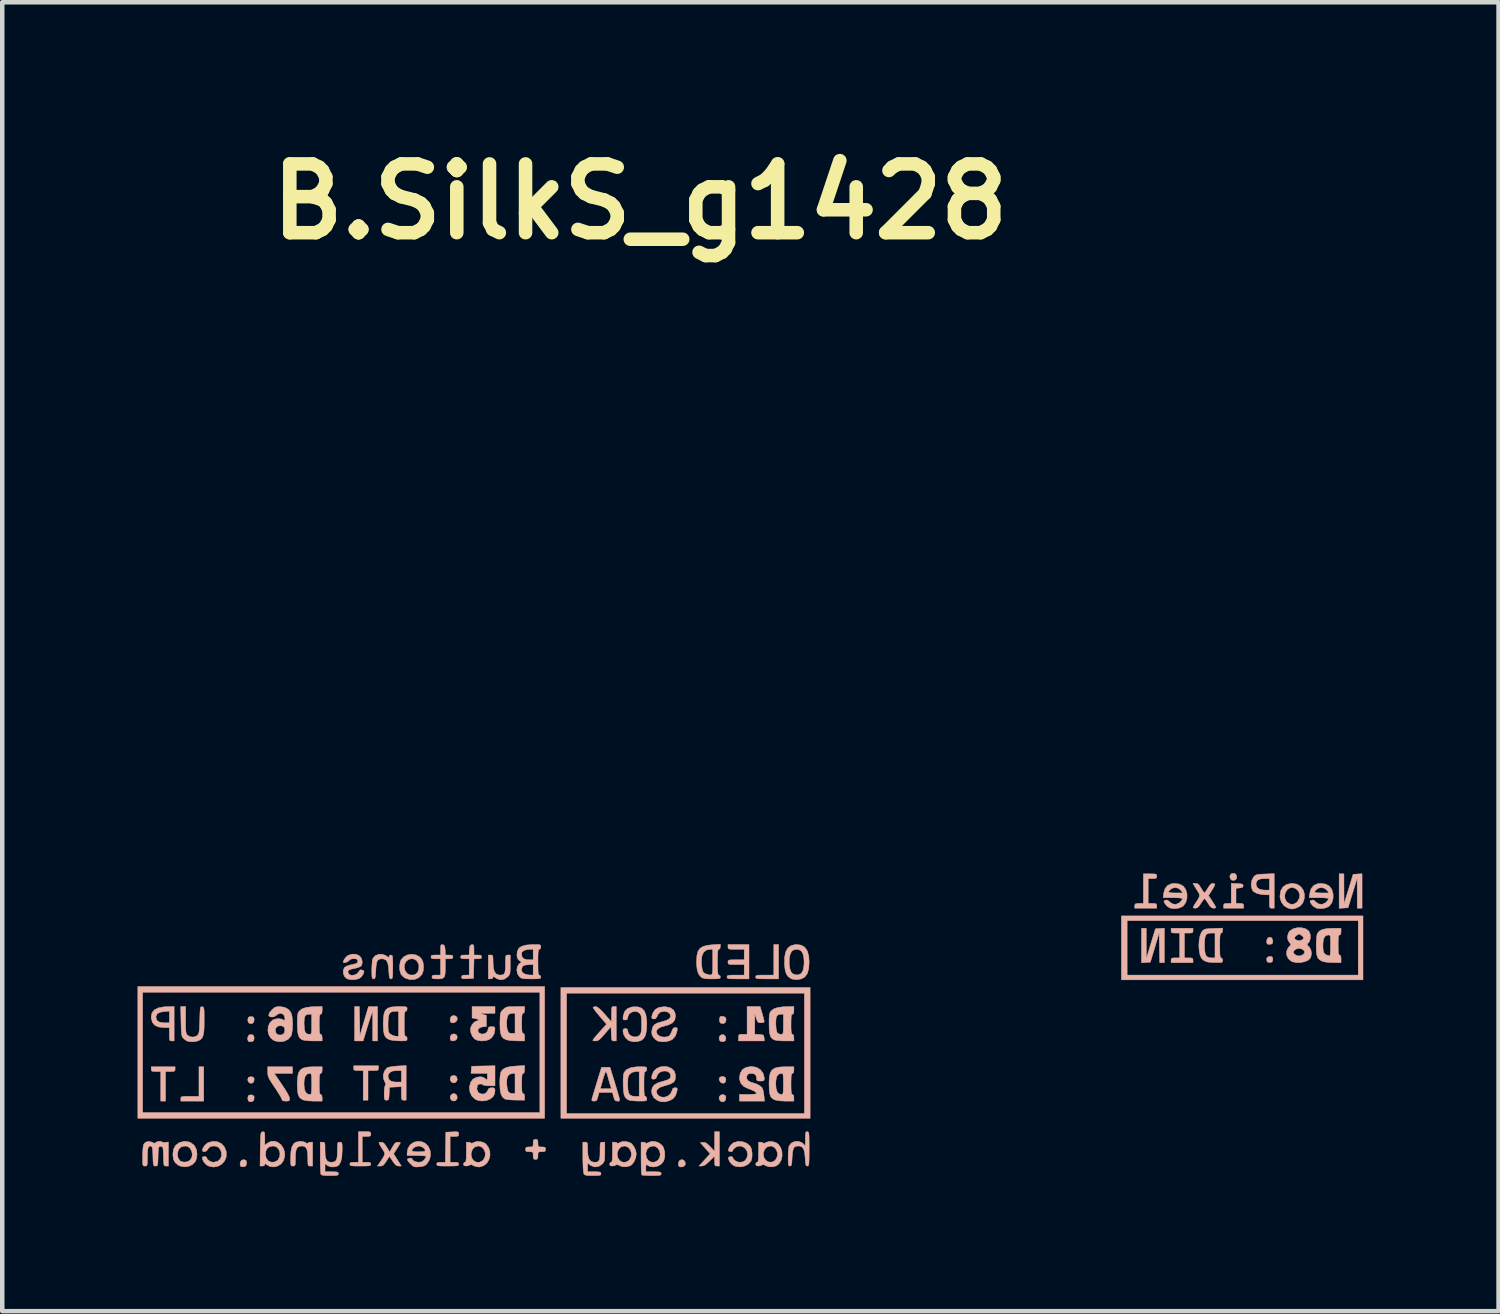
<source format=kicad_pcb>
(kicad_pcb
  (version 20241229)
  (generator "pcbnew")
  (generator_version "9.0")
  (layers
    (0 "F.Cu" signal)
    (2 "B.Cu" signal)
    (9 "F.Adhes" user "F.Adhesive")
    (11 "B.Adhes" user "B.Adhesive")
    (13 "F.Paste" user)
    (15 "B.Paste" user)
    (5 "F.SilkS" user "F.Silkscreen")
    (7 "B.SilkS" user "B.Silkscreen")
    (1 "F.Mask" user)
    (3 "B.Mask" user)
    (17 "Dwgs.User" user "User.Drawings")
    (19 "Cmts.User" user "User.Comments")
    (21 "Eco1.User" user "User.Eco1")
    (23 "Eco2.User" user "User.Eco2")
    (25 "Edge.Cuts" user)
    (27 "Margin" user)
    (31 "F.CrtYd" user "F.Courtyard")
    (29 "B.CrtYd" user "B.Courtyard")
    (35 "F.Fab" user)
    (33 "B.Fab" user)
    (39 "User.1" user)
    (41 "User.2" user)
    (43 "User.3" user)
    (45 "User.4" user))
  (footprint "B.SilkS_g1428"
    (layer "F.Cu")
    (at 11.139 1.418)
    (property "Reference" "B.SilkS_g1428" (at 0 0 0) (layer "F.SilkS") (effects (font (size 1.524 1.524) (thickness 0.3))))
    (attr through_hole)
    (fp_poly (pts (xy -4.085 19.787) (xy -4.064 19.812) (xy -4.053 19.865) (xy -4.072 19.909) (xy -4.109 19.935) (xy -4.156 19.934) (xy -4.187 19.914) (xy -4.211 19.866) (xy -4.201 19.816) (xy -4.166 19.78) (xy -4.124 19.77) (xy -4.085 19.787)) (stroke (width 0.01) (type solid)) (fill yes) (layer "B.SilkS"))
    (fp_poly (pts (xy -2.117 20.32) (xy -11.134 20.32) (xy -11.134 17.526) (xy -11.028 17.526) (xy -11.028 20.193) (xy -2.223 20.193) (xy -2.223 17.526) (xy -11.028 17.526) (xy -11.134 17.526) (xy -11.134 17.399) (xy -2.117 17.399) (xy -2.117 20.32)) (stroke (width 0.01) (type solid)) (fill yes) (layer "B.SilkS"))
    (fp_poly (pts (xy 1.843 19.794) (xy 1.888 19.816) (xy 1.901 19.85) (xy 1.895 19.909) (xy 1.865 19.947) (xy 1.82 19.957) (xy 1.787 19.944) (xy 1.753 19.901) (xy 1.751 19.853) (xy 1.776 19.812) (xy 1.823 19.793) (xy 1.843 19.794)) (stroke (width 0.01) (type solid)) (fill yes) (layer "B.SilkS"))
    (fp_poly (pts (xy 1.883 19.409) (xy 1.9 19.451) (xy 1.901 19.456) (xy 1.892 19.512) (xy 1.859 19.542) (xy 1.812 19.539) (xy 1.778 19.516) (xy 1.75 19.466) (xy 1.758 19.422) (xy 1.796 19.395) (xy 1.838 19.393) (xy 1.883 19.409)) (stroke (width 0.01) (type solid)) (fill yes) (layer "B.SilkS"))
    (fp_poly (pts (xy 3.768 20.32) (xy -1.757 20.32) (xy -1.757 17.547) (xy -1.63 17.547) (xy -1.63 20.214) (xy 3.641 20.214) (xy 3.641 17.547) (xy -1.63 17.547) (xy -1.757 17.547) (xy -1.757 17.42) (xy 3.768 17.42) (xy 3.768 20.32)) (stroke (width 0.01) (type solid)) (fill yes) (layer "B.SilkS"))
    (fp_poly (pts (xy 13.178 14.891) (xy 13.215 14.925) (xy 13.225 14.981) (xy 13.225 14.984) (xy 13.203 15.029) (xy 13.161 15.049) (xy 13.114 15.041) (xy 13.082 15.01) (xy 13.07 14.952) (xy 13.094 14.907) (xy 13.126 14.89) (xy 13.178 14.891)) (stroke (width 0.01) (type solid)) (fill yes) (layer "B.SilkS"))
    (fp_poly (pts (xy 14.004 16.738) (xy 14.021 16.762) (xy 14.023 16.796) (xy 14.016 16.842) (xy 13.989 16.862) (xy 13.965 16.866) (xy 13.913 16.86) (xy 13.894 16.841) (xy 13.886 16.781) (xy 13.912 16.743) (xy 13.96 16.732) (xy 14.004 16.738)) (stroke (width 0.01) (type solid)) (fill yes) (layer "B.SilkS"))
    (fp_poly (pts (xy 16.023 17.251) (xy 10.668 17.251) (xy 10.668 15.938) (xy 10.795 15.938) (xy 10.795 17.145) (xy 15.917 17.145) (xy 15.917 15.938) (xy 10.795 15.938) (xy 10.668 15.938) (xy 10.668 15.833) (xy 16.023 15.833) (xy 16.023 17.251)) (stroke (width 0.01) (type solid)) (fill yes) (layer "B.SilkS"))
    (fp_poly (pts (xy -9.673 19.939) (xy -10.181 19.939) (xy -10.181 19.886) (xy -10.18 19.862) (xy -10.17 19.846) (xy -10.145 19.838) (xy -10.095 19.834) (xy -10.014 19.833) (xy -9.98 19.833) (xy -9.779 19.833) (xy -9.779 19.177) (xy -9.673 19.177) (xy -9.673 19.939)) (stroke (width 0.01) (type solid)) (fill yes) (layer "B.SilkS"))
    (fp_poly (pts (xy -8.579 19.406) (xy -8.559 19.433) (xy -8.555 19.456) (xy -8.564 19.51) (xy -8.598 19.541) (xy -8.645 19.541) (xy -8.667 19.53) (xy -8.695 19.485) (xy -8.696 19.451) (xy -8.682 19.413) (xy -8.646 19.4) (xy -8.625 19.399) (xy -8.579 19.406)) (stroke (width 0.01) (type solid)) (fill yes) (layer "B.SilkS"))
    (fp_poly (pts (xy -8.578 19.809) (xy -8.558 19.837) (xy -8.555 19.85) (xy -8.561 19.911) (xy -8.594 19.948) (xy -8.642 19.955) (xy -8.675 19.942) (xy -8.693 19.909) (xy -8.696 19.863) (xy -8.684 19.819) (xy -8.654 19.803) (xy -8.625 19.801) (xy -8.578 19.809)) (stroke (width 0.01) (type solid)) (fill yes) (layer "B.SilkS"))
    (fp_poly (pts (xy -8.563 18.493) (xy -8.555 18.55) (xy -8.568 18.599) (xy -8.598 18.619) (xy -8.616 18.622) (xy -8.662 18.622) (xy -8.684 18.614) (xy -8.7 18.574) (xy -8.697 18.523) (xy -8.677 18.481) (xy -8.66 18.469) (xy -8.6 18.464) (xy -8.563 18.493)) (stroke (width 0.01) (type solid)) (fill yes) (layer "B.SilkS"))
    (fp_poly (pts (xy -4.085 18.055) (xy -4.055 18.089) (xy -4.055 18.137) (xy -4.083 18.178) (xy -4.127 18.203) (xy -4.174 18.204) (xy -4.198 18.189) (xy -4.212 18.151) (xy -4.206 18.099) (xy -4.184 18.058) (xy -4.181 18.056) (xy -4.135 18.041) (xy -4.085 18.055)) (stroke (width 0.01) (type solid)) (fill yes) (layer "B.SilkS"))
    (fp_poly (pts (xy -4.076 19.391) (xy -4.064 19.41) (xy -4.053 19.463) (xy -4.072 19.507) (xy -4.109 19.533) (xy -4.156 19.532) (xy -4.187 19.511) (xy -4.209 19.468) (xy -4.208 19.419) (xy -4.186 19.384) (xy -4.179 19.38) (xy -4.117 19.369) (xy -4.076 19.391)) (stroke (width 0.01) (type solid)) (fill yes) (layer "B.SilkS"))
    (fp_poly (pts (xy 1.854 18.468) (xy 1.891 18.502) (xy 1.901 18.558) (xy 1.901 18.561) (xy 1.884 18.605) (xy 1.841 18.622) (xy 1.838 18.623) (xy 1.783 18.614) (xy 1.761 18.593) (xy 1.749 18.537) (xy 1.769 18.489) (xy 1.802 18.467) (xy 1.854 18.468)) (stroke (width 0.01) (type solid)) (fill yes) (layer "B.SilkS"))
    (fp_poly (pts (xy -8.579 18.072) (xy -8.56 18.1) (xy -8.555 18.127) (xy -8.563 18.186) (xy -8.599 18.219) (xy -8.625 18.224) (xy -8.661 18.213) (xy -8.675 18.206) (xy -8.693 18.173) (xy -8.696 18.127) (xy -8.684 18.083) (xy -8.654 18.067) (xy -8.625 18.066) (xy -8.579 18.072)) (stroke (width 0.01) (type solid)) (fill yes) (layer "B.SilkS"))
    (fp_poly (pts (xy -4.077 18.466) (xy -4.054 18.506) (xy -4.062 18.56) (xy -4.065 18.565) (xy -4.1 18.594) (xy -4.15 18.606) (xy -4.193 18.596) (xy -4.198 18.591) (xy -4.212 18.552) (xy -4.206 18.502) (xy -4.182 18.464) (xy -4.177 18.461) (xy -4.122 18.448) (xy -4.077 18.466)) (stroke (width 0.01) (type solid)) (fill yes) (layer "B.SilkS"))
    (fp_poly (pts (xy 0.966 21.249) (xy 0.996 21.285) (xy 1.002 21.335) (xy 0.991 21.365) (xy 0.957 21.391) (xy 0.907 21.4) (xy 0.865 21.389) (xy 0.861 21.385) (xy 0.847 21.347) (xy 0.853 21.295) (xy 0.875 21.254) (xy 0.877 21.252) (xy 0.924 21.234) (xy 0.966 21.249)) (stroke (width 0.01) (type solid)) (fill yes) (layer "B.SilkS"))
    (fp_poly (pts (xy 1.853 18.064) (xy 1.893 18.085) (xy 1.905 18.129) (xy 1.905 18.138) (xy 1.89 18.195) (xy 1.849 18.221) (xy 1.787 18.212) (xy 1.783 18.21) (xy 1.764 18.183) (xy 1.757 18.136) (xy 1.764 18.089) (xy 1.779 18.065) (xy 1.815 18.059) (xy 1.853 18.064)) (stroke (width 0.01) (type solid)) (fill yes) (layer "B.SilkS"))
    (fp_poly (pts (xy 11.62 16.87) (xy 11.516 16.87) (xy 11.504 16.21) (xy 11.407 16.535) (xy 11.31 16.859) (xy 11.211 16.866) (xy 11.113 16.872) (xy 11.113 16.108) (xy 11.218 16.108) (xy 11.221 16.775) (xy 11.422 16.118) (xy 11.521 16.112) (xy 11.62 16.106) (xy 11.62 16.87)) (stroke (width 0.01) (type solid)) (fill yes) (layer "B.SilkS"))
    (fp_poly (pts (xy 13.999 16.322) (xy 14.021 16.37) (xy 14.023 16.396) (xy 14.016 16.442) (xy 13.986 16.461) (xy 13.969 16.463) (xy 13.923 16.463) (xy 13.9 16.455) (xy 13.886 16.415) (xy 13.892 16.362) (xy 13.917 16.32) (xy 13.919 16.318) (xy 13.962 16.303) (xy 13.999 16.322)) (stroke (width 0.01) (type solid)) (fill yes) (layer "B.SilkS"))
    (fp_poly (pts (xy -8.763 21.241) (xy -8.731 21.261) (xy -8.723 21.302) (xy -8.725 21.322) (xy -8.737 21.371) (xy -8.767 21.392) (xy -8.785 21.395) (xy -8.831 21.395) (xy -8.854 21.386) (xy -8.868 21.347) (xy -8.863 21.295) (xy -8.84 21.254) (xy -8.838 21.252) (xy -8.794 21.237) (xy -8.763 21.241)) (stroke (width 0.01) (type solid)) (fill yes) (layer "B.SilkS"))
    (fp_poly (pts (xy 16.002 15.663) (xy 15.896 15.663) (xy 15.893 14.997) (xy 15.793 15.325) (xy 15.692 15.653) (xy 15.593 15.659) (xy 15.494 15.666) (xy 15.494 14.901) (xy 15.6 14.901) (xy 15.601 15.235) (xy 15.603 15.568) (xy 15.804 14.912) (xy 15.903 14.905) (xy 16.002 14.899) (xy 16.002 15.663)) (stroke (width 0.01) (type solid)) (fill yes) (layer "B.SilkS"))
    (fp_poly (pts (xy -10.308 19.23) (xy -10.312 19.261) (xy -10.329 19.277) (xy -10.372 19.282) (xy -10.414 19.283) (xy -10.52 19.283) (xy -10.52 19.939) (xy -10.626 19.939) (xy -10.626 19.283) (xy -10.732 19.283) (xy -10.794 19.281) (xy -10.826 19.272) (xy -10.836 19.251) (xy -10.837 19.23) (xy -10.837 19.177) (xy -10.308 19.177) (xy -10.308 19.23)) (stroke (width 0.01) (type solid)) (fill yes) (layer "B.SilkS"))
    (fp_poly (pts (xy -5.8 19.209) (xy -5.803 19.239) (xy -5.819 19.255) (xy -5.858 19.261) (xy -5.916 19.262) (xy -6.032 19.262) (xy -6.032 19.918) (xy -6.138 19.918) (xy -6.138 19.262) (xy -6.244 19.262) (xy -6.307 19.26) (xy -6.338 19.251) (xy -6.349 19.23) (xy -6.35 19.209) (xy -6.35 19.156) (xy -5.8 19.156) (xy -5.8 19.209)) (stroke (width 0.01) (type solid)) (fill yes) (layer "B.SilkS"))
    (fp_poly (pts (xy 3.069 17.23) (xy 2.815 17.23) (xy 2.708 17.229) (xy 2.636 17.227) (xy 2.592 17.222) (xy 2.57 17.214) (xy 2.562 17.2) (xy 2.561 17.187) (xy 2.564 17.168) (xy 2.579 17.155) (xy 2.612 17.148) (xy 2.673 17.146) (xy 2.762 17.145) (xy 2.963 17.145) (xy 2.963 16.468) (xy 3.069 16.468) (xy 3.069 17.23)) (stroke (width 0.01) (type solid)) (fill yes) (layer "B.SilkS"))
    (fp_poly (pts (xy -6.218 18.164) (xy -6.212 18.485) (xy -6.117 18.164) (xy -6.022 17.844) (xy -5.921 17.844) (xy -5.821 17.843) (xy -5.821 18.605) (xy -5.927 18.605) (xy -5.928 18.272) (xy -5.93 17.939) (xy -5.969 18.055) (xy -5.993 18.127) (xy -6.024 18.223) (xy -6.057 18.33) (xy -6.074 18.389) (xy -6.14 18.605) (xy -6.329 18.605) (xy -6.329 17.843) (xy -6.224 17.843) (xy -6.218 18.164)) (stroke (width 0.01) (type solid)) (fill yes) (layer "B.SilkS"))
    (fp_poly (pts (xy 13.234 15.117) (xy 13.307 15.122) (xy 13.347 15.131) (xy 13.364 15.147) (xy 13.367 15.166) (xy 13.358 15.195) (xy 13.323 15.21) (xy 13.287 15.215) (xy 13.208 15.221) (xy 13.208 15.557) (xy 13.293 15.557) (xy 13.347 15.56) (xy 13.371 15.574) (xy 13.377 15.606) (xy 13.377 15.61) (xy 13.377 15.663) (xy 12.933 15.663) (xy 12.933 15.61) (xy 12.937 15.576) (xy 12.959 15.561) (xy 13.01 15.558) (xy 13.018 15.557) (xy 13.102 15.557) (xy 13.102 15.111) (xy 13.234 15.117)) (stroke (width 0.01) (type solid)) (fill yes) (layer "B.SilkS"))
    (fp_poly (pts (xy 11.38 14.902) (xy 11.425 14.907) (xy 11.445 14.918) (xy 11.451 14.94) (xy 11.451 14.954) (xy 11.447 14.987) (xy 11.428 15.002) (xy 11.382 15.007) (xy 11.356 15.007) (xy 11.261 15.007) (xy 11.261 15.557) (xy 11.356 15.557) (xy 11.415 15.56) (xy 11.443 15.57) (xy 11.451 15.596) (xy 11.451 15.61) (xy 11.451 15.663) (xy 10.964 15.663) (xy 10.964 15.61) (xy 10.968 15.578) (xy 10.988 15.562) (xy 11.034 15.558) (xy 11.06 15.557) (xy 11.155 15.557) (xy 11.155 14.901) (xy 11.303 14.901) (xy 11.38 14.902)) (stroke (width 0.01) (type solid)) (fill yes) (layer "B.SilkS"))
    (fp_poly (pts (xy -7.705 19.325) (xy -8.109 19.325) (xy -7.939 19.575) (xy -7.86 19.694) (xy -7.805 19.789) (xy -7.774 19.855) (xy -7.768 19.882) (xy -7.772 19.919) (xy -7.792 19.935) (xy -7.84 19.939) (xy -7.853 19.939) (xy -7.911 19.934) (xy -7.935 19.918) (xy -7.938 19.906) (xy -7.949 19.877) (xy -7.98 19.82) (xy -8.027 19.745) (xy -8.084 19.657) (xy -8.096 19.639) (xy -8.161 19.542) (xy -8.205 19.472) (xy -8.233 19.419) (xy -8.248 19.376) (xy -8.254 19.333) (xy -8.255 19.291) (xy -8.255 19.177) (xy -7.705 19.177) (xy -7.705 19.325)) (stroke (width 0.01) (type solid)) (fill yes) (layer "B.SilkS"))
    (fp_poly (pts (xy 12.255 16.161) (xy 12.252 16.193) (xy 12.232 16.209) (xy 12.186 16.213) (xy 12.16 16.214) (xy 12.065 16.214) (xy 12.065 16.764) (xy 12.16 16.764) (xy 12.219 16.766) (xy 12.247 16.777) (xy 12.255 16.803) (xy 12.255 16.817) (xy 12.255 16.87) (xy 11.769 16.87) (xy 11.769 16.817) (xy 11.773 16.784) (xy 11.792 16.769) (xy 11.838 16.764) (xy 11.864 16.764) (xy 11.959 16.764) (xy 11.959 16.214) (xy 11.864 16.214) (xy 11.805 16.211) (xy 11.777 16.201) (xy 11.769 16.175) (xy 11.769 16.161) (xy 11.769 16.108) (xy 12.255 16.108) (xy 12.255 16.161)) (stroke (width 0.01) (type solid)) (fill yes) (layer "B.SilkS"))
    (fp_poly (pts (xy 1.757 21.378) (xy 1.704 21.378) (xy 1.673 21.375) (xy 1.657 21.358) (xy 1.652 21.317) (xy 1.651 21.268) (xy 1.651 21.158) (xy 1.539 21.268) (xy 1.469 21.332) (xy 1.415 21.367) (xy 1.369 21.378) (xy 1.366 21.378) (xy 1.304 21.378) (xy 1.377 21.299) (xy 1.432 21.239) (xy 1.484 21.181) (xy 1.501 21.162) (xy 1.551 21.105) (xy 1.443 20.983) (xy 1.335 20.86) (xy 1.395 20.853) (xy 1.436 20.856) (xy 1.477 20.877) (xy 1.529 20.924) (xy 1.553 20.949) (xy 1.65 21.05) (xy 1.651 20.833) (xy 1.651 20.616) (xy 1.757 20.616) (xy 1.757 21.378)) (stroke (width 0.01) (type solid)) (fill yes) (layer "B.SilkS"))
    (fp_poly (pts (xy 2.706 18) (xy 2.728 18.078) (xy 2.744 18.141) (xy 2.751 18.178) (xy 2.752 18.18) (xy 2.733 18.196) (xy 2.687 18.203) (xy 2.678 18.203) (xy 2.633 18.2) (xy 2.607 18.184) (xy 2.587 18.143) (xy 2.574 18.103) (xy 2.543 18.002) (xy 2.541 18.229) (xy 2.54 18.455) (xy 2.641 18.461) (xy 2.701 18.467) (xy 2.732 18.48) (xy 2.744 18.508) (xy 2.748 18.537) (xy 2.754 18.605) (xy 2.18 18.605) (xy 2.18 18.531) (xy 2.182 18.486) (xy 2.196 18.464) (xy 2.233 18.458) (xy 2.275 18.457) (xy 2.371 18.457) (xy 2.371 17.843) (xy 2.66 17.843) (xy 2.706 18)) (stroke (width 0.01) (type solid)) (fill yes) (layer "B.SilkS"))
    (fp_poly (pts (xy -10.329 18.605) (xy -10.382 18.605) (xy -10.41 18.603) (xy -10.426 18.591) (xy -10.433 18.558) (xy -10.435 18.497) (xy -10.435 18.457) (xy -10.435 18.309) (xy -10.553 18.309) (xy -10.672 18.296) (xy -10.758 18.258) (xy -10.812 18.192) (xy -10.836 18.099) (xy -10.837 18.084) (xy -10.732 18.084) (xy -10.714 18.147) (xy -10.661 18.186) (xy -10.572 18.203) (xy -10.548 18.203) (xy -10.435 18.203) (xy -10.435 17.944) (xy -10.555 17.954) (xy -10.648 17.971) (xy -10.705 18.005) (xy -10.73 18.059) (xy -10.732 18.084) (xy -10.837 18.084) (xy -10.837 18.066) (xy -10.819 17.98) (xy -10.765 17.915) (xy -10.674 17.871) (xy -10.546 17.848) (xy -10.451 17.844) (xy -10.329 17.843) (xy -10.329 18.605)) (stroke (width 0.01) (type solid)) (fill yes) (layer "B.SilkS"))
    (fp_poly (pts (xy -6.033 20.617) (xy -5.991 20.622) (xy -5.973 20.636) (xy -5.969 20.661) (xy -5.969 20.669) (xy -5.973 20.702) (xy -5.992 20.717) (xy -6.039 20.722) (xy -6.064 20.722) (xy -6.16 20.722) (xy -6.16 21.294) (xy -6.064 21.294) (xy -6.005 21.296) (xy -5.977 21.308) (xy -5.969 21.333) (xy -5.969 21.336) (xy -5.972 21.355) (xy -5.985 21.367) (xy -6.015 21.374) (xy -6.07 21.377) (xy -6.158 21.378) (xy -6.202 21.378) (xy -6.304 21.378) (xy -6.371 21.375) (xy -6.41 21.37) (xy -6.429 21.36) (xy -6.434 21.344) (xy -6.435 21.336) (xy -6.428 21.31) (xy -6.403 21.297) (xy -6.346 21.294) (xy -6.339 21.294) (xy -6.244 21.294) (xy -6.244 20.616) (xy -6.107 20.616) (xy -6.033 20.617)) (stroke (width 0.01) (type solid)) (fill yes) (layer "B.SilkS"))
    (fp_poly (pts (xy -4.046 20.621) (xy -4.027 20.632) (xy -4.022 20.654) (xy -4.022 20.668) (xy -4.025 20.702) (xy -4.044 20.717) (xy -4.09 20.722) (xy -4.117 20.722) (xy -4.212 20.722) (xy -4.212 21.294) (xy -4.117 21.294) (xy -4.057 21.296) (xy -4.029 21.308) (xy -4.022 21.333) (xy -4.022 21.336) (xy -4.024 21.354) (xy -4.037 21.366) (xy -4.066 21.373) (xy -4.12 21.377) (xy -4.206 21.378) (xy -4.265 21.378) (xy -4.37 21.378) (xy -4.439 21.376) (xy -4.48 21.371) (xy -4.501 21.361) (xy -4.508 21.346) (xy -4.508 21.336) (xy -4.502 21.309) (xy -4.476 21.297) (xy -4.42 21.294) (xy -4.414 21.294) (xy -4.319 21.294) (xy -4.313 20.96) (xy -4.307 20.627) (xy -4.165 20.621) (xy -4.089 20.618) (xy -4.046 20.621)) (stroke (width 0.01) (type solid)) (fill yes) (layer "B.SilkS"))
    (fp_poly (pts (xy 2.413 17.23) (xy 2.17 17.23) (xy 2.065 17.229) (xy 1.996 17.227) (xy 1.954 17.222) (xy 1.934 17.213) (xy 1.927 17.198) (xy 1.926 17.187) (xy 1.929 17.167) (xy 1.944 17.155) (xy 1.979 17.148) (xy 2.042 17.145) (xy 2.117 17.145) (xy 2.307 17.145) (xy 2.307 16.912) (xy 2.127 16.912) (xy 2.04 16.912) (xy 1.987 16.909) (xy 1.959 16.9) (xy 1.949 16.885) (xy 1.947 16.859) (xy 1.949 16.834) (xy 1.96 16.818) (xy 1.987 16.81) (xy 2.041 16.807) (xy 2.127 16.806) (xy 2.307 16.806) (xy 2.307 16.573) (xy 2.127 16.573) (xy 2.04 16.573) (xy 1.987 16.57) (xy 1.959 16.562) (xy 1.949 16.546) (xy 1.947 16.521) (xy 1.947 16.468) (xy 2.413 16.468) (xy 2.413 17.23)) (stroke (width 0.01) (type solid)) (fill yes) (layer "B.SilkS"))
    (fp_poly (pts (xy -3.689 16.486) (xy -3.684 16.525) (xy -3.683 16.583) (xy -3.683 16.701) (xy -3.598 16.701) (xy -3.543 16.704) (xy -3.518 16.718) (xy -3.514 16.743) (xy -3.521 16.771) (xy -3.55 16.783) (xy -3.598 16.785) (xy -3.682 16.785) (xy -3.694 17.219) (xy -3.826 17.225) (xy -3.898 17.228) (xy -3.938 17.224) (xy -3.955 17.211) (xy -3.958 17.188) (xy -3.951 17.16) (xy -3.924 17.148) (xy -3.873 17.145) (xy -3.789 17.145) (xy -3.789 16.785) (xy -3.884 16.785) (xy -3.944 16.782) (xy -3.972 16.771) (xy -3.979 16.746) (xy -3.979 16.743) (xy -3.973 16.716) (xy -3.947 16.704) (xy -3.89 16.701) (xy -3.885 16.701) (xy -3.791 16.701) (xy -3.785 16.589) (xy -3.779 16.523) (xy -3.767 16.489) (xy -3.744 16.474) (xy -3.731 16.471) (xy -3.703 16.471) (xy -3.689 16.486)) (stroke (width 0.01) (type solid)) (fill yes) (layer "B.SilkS"))
    (fp_poly (pts (xy 14.055 15.663) (xy 14.002 15.663) (xy 13.974 15.661) (xy 13.958 15.648) (xy 13.951 15.616) (xy 13.949 15.555) (xy 13.949 15.515) (xy 13.949 15.367) (xy 13.869 15.366) (xy 13.76 15.357) (xy 13.666 15.333) (xy 13.599 15.296) (xy 13.584 15.281) (xy 13.553 15.214) (xy 13.546 15.134) (xy 13.652 15.134) (xy 13.671 15.198) (xy 13.724 15.24) (xy 13.812 15.26) (xy 13.848 15.261) (xy 13.949 15.261) (xy 13.949 15.007) (xy 13.834 15.007) (xy 13.742 15.016) (xy 13.684 15.044) (xy 13.656 15.094) (xy 13.652 15.134) (xy 13.546 15.134) (xy 13.545 15.128) (xy 13.56 15.042) (xy 13.597 14.972) (xy 13.598 14.971) (xy 13.624 14.944) (xy 13.652 14.926) (xy 13.693 14.915) (xy 13.755 14.909) (xy 13.849 14.905) (xy 13.852 14.905) (xy 14.055 14.897) (xy 14.055 15.663)) (stroke (width 0.01) (type solid)) (fill yes) (layer "B.SilkS"))
    (fp_poly (pts (xy -7.449 20.842) (xy -7.413 20.861) (xy -7.379 20.878) (xy -7.366 20.872) (xy -7.348 20.855) (xy -7.313 20.849) (xy -7.26 20.849) (xy -7.26 21.378) (xy -7.313 21.378) (xy -7.339 21.377) (xy -7.355 21.366) (xy -7.363 21.337) (xy -7.366 21.283) (xy -7.366 21.203) (xy -7.37 21.088) (xy -7.386 21.01) (xy -7.414 20.961) (xy -7.46 20.938) (xy -7.504 20.934) (xy -7.562 20.943) (xy -7.602 20.972) (xy -7.627 21.029) (xy -7.639 21.117) (xy -7.641 21.203) (xy -7.642 21.289) (xy -7.645 21.341) (xy -7.654 21.367) (xy -7.67 21.377) (xy -7.694 21.378) (xy -7.72 21.377) (xy -7.735 21.366) (xy -7.743 21.338) (xy -7.747 21.285) (xy -7.747 21.198) (xy -7.747 21.198) (xy -7.74 21.057) (xy -7.718 20.954) (xy -7.681 20.885) (xy -7.63 20.849) (xy -7.535 20.829) (xy -7.449 20.842)) (stroke (width 0.01) (type solid)) (fill yes) (layer "B.SilkS"))
    (fp_poly (pts (xy 14.562 15.132) (xy 14.642 15.184) (xy 14.699 15.262) (xy 14.726 15.358) (xy 14.722 15.446) (xy 14.69 15.543) (xy 14.634 15.611) (xy 14.561 15.651) (xy 14.496 15.675) (xy 14.447 15.681) (xy 14.395 15.671) (xy 14.352 15.657) (xy 14.272 15.608) (xy 14.214 15.53) (xy 14.184 15.433) (xy 14.182 15.395) (xy 14.185 15.373) (xy 14.288 15.373) (xy 14.292 15.444) (xy 14.325 15.511) (xy 14.339 15.527) (xy 14.408 15.572) (xy 14.479 15.575) (xy 14.548 15.538) (xy 14.571 15.514) (xy 14.615 15.434) (xy 14.62 15.352) (xy 14.586 15.278) (xy 14.532 15.228) (xy 14.464 15.203) (xy 14.401 15.213) (xy 14.347 15.25) (xy 14.308 15.306) (xy 14.288 15.373) (xy 14.185 15.373) (xy 14.198 15.281) (xy 14.246 15.195) (xy 14.323 15.139) (xy 14.43 15.114) (xy 14.465 15.113) (xy 14.562 15.132)) (stroke (width 0.01) (type solid)) (fill yes) (layer "B.SilkS"))
    (fp_poly (pts (xy -10.004 20.843) (xy -9.961 20.86) (xy -9.884 20.919) (xy -9.837 21.006) (xy -9.821 21.114) (xy -9.83 21.191) (xy -9.85 21.26) (xy -9.857 21.274) (xy -9.921 21.343) (xy -10.007 21.385) (xy -10.104 21.397) (xy -10.2 21.377) (xy -10.238 21.358) (xy -10.304 21.305) (xy -10.341 21.238) (xy -10.356 21.146) (xy -10.356 21.133) (xy -10.256 21.133) (xy -10.238 21.209) (xy -10.195 21.265) (xy -10.184 21.272) (xy -10.112 21.292) (xy -10.034 21.282) (xy -9.976 21.248) (xy -9.937 21.187) (xy -9.927 21.114) (xy -9.942 21.042) (xy -9.979 20.981) (xy -10.034 20.942) (xy -10.078 20.934) (xy -10.16 20.947) (xy -10.215 20.989) (xy -10.245 21.051) (xy -10.256 21.133) (xy -10.356 21.133) (xy -10.357 21.113) (xy -10.341 21) (xy -10.294 20.916) (xy -10.216 20.86) (xy -10.209 20.857) (xy -10.104 20.83) (xy -10.004 20.843)) (stroke (width 0.01) (type solid)) (fill yes) (layer "B.SilkS"))
    (fp_poly (pts (xy -4.964 16.7) (xy -4.883 16.745) (xy -4.839 16.795) (xy -4.811 16.868) (xy -4.8 16.96) (xy -4.808 17.052) (xy -4.834 17.127) (xy -4.837 17.132) (xy -4.907 17.203) (xy -4.998 17.242) (xy -5.099 17.247) (xy -5.203 17.215) (xy -5.26 17.175) (xy -5.302 17.125) (xy -5.303 17.122) (xy -5.327 17.042) (xy -5.331 16.962) (xy -5.228 16.962) (xy -5.211 17.047) (xy -5.166 17.109) (xy -5.1 17.143) (xy -5.023 17.143) (xy -4.974 17.124) (xy -4.931 17.08) (xy -4.906 17.011) (xy -4.904 16.934) (xy -4.913 16.895) (xy -4.953 16.827) (xy -5.011 16.79) (xy -5.076 16.783) (xy -5.14 16.803) (xy -5.192 16.848) (xy -5.223 16.916) (xy -5.228 16.962) (xy -5.331 16.962) (xy -5.332 16.946) (xy -5.318 16.855) (xy -5.298 16.805) (xy -5.235 16.736) (xy -5.151 16.696) (xy -5.057 16.683) (xy -4.964 16.7)) (stroke (width 0.01) (type solid)) (fill yes) (layer "B.SilkS"))
    (fp_poly (pts (xy -3.286 16.702) (xy -3.27 16.714) (xy -3.263 16.743) (xy -3.26 16.8) (xy -3.26 16.867) (xy -3.252 16.987) (xy -3.229 17.071) (xy -3.188 17.122) (xy -3.128 17.144) (xy -3.104 17.145) (xy -3.052 17.141) (xy -3.018 17.123) (xy -2.998 17.085) (xy -2.988 17.02) (xy -2.985 16.922) (xy -2.985 16.897) (xy -2.984 16.805) (xy -2.982 16.748) (xy -2.975 16.716) (xy -2.961 16.703) (xy -2.939 16.701) (xy -2.932 16.701) (xy -2.879 16.701) (xy -2.879 16.914) (xy -2.879 17.011) (xy -2.882 17.076) (xy -2.89 17.119) (xy -2.906 17.15) (xy -2.93 17.178) (xy -2.941 17.189) (xy -3.017 17.239) (xy -3.1 17.25) (xy -3.183 17.222) (xy -3.204 17.207) (xy -3.242 17.18) (xy -3.257 17.181) (xy -3.26 17.196) (xy -3.278 17.223) (xy -3.313 17.23) (xy -3.365 17.23) (xy -3.365 16.701) (xy -3.313 16.701) (xy -3.286 16.702)) (stroke (width 0.01) (type solid)) (fill yes) (layer "B.SilkS"))
    (fp_poly (pts (xy -0.529 18.605) (xy -0.581 18.605) (xy -0.608 18.603) (xy -0.624 18.59) (xy -0.633 18.558) (xy -0.637 18.497) (xy -0.639 18.447) (xy -0.646 18.288) (xy -0.783 18.447) (xy -0.849 18.521) (xy -0.896 18.568) (xy -0.933 18.594) (xy -0.968 18.604) (xy -0.992 18.605) (xy -1.039 18.603) (xy -1.05 18.592) (xy -1.035 18.565) (xy -1.034 18.565) (xy -1.008 18.531) (xy -0.961 18.476) (xy -0.902 18.409) (xy -0.875 18.379) (xy -0.745 18.234) (xy -0.899 18.055) (xy -0.96 17.982) (xy -1.008 17.92) (xy -1.038 17.877) (xy -1.044 17.859) (xy -1.018 17.847) (xy -0.984 17.843) (xy -0.949 17.855) (xy -0.901 17.891) (xy -0.836 17.956) (xy -0.784 18.013) (xy -0.635 18.182) (xy -0.635 18.013) (xy -0.634 17.929) (xy -0.631 17.879) (xy -0.622 17.853) (xy -0.604 17.845) (xy -0.582 17.843) (xy -0.529 17.843) (xy -0.529 18.605)) (stroke (width 0.01) (type solid)) (fill yes) (layer "B.SilkS"))
    (fp_poly (pts (xy -4.376 16.471) (xy -4.348 16.481) (xy -4.332 16.506) (xy -4.324 16.558) (xy -4.322 16.589) (xy -4.316 16.701) (xy -4.232 16.701) (xy -4.177 16.704) (xy -4.153 16.719) (xy -4.149 16.743) (xy -4.156 16.771) (xy -4.184 16.783) (xy -4.233 16.785) (xy -4.318 16.785) (xy -4.318 16.966) (xy -4.32 17.076) (xy -4.328 17.15) (xy -4.348 17.196) (xy -4.383 17.22) (xy -4.438 17.229) (xy -4.488 17.23) (xy -4.559 17.228) (xy -4.597 17.221) (xy -4.612 17.206) (xy -4.614 17.187) (xy -4.608 17.161) (xy -4.582 17.148) (xy -4.526 17.145) (xy -4.519 17.145) (xy -4.424 17.145) (xy -4.424 16.785) (xy -4.53 16.785) (xy -4.593 16.783) (xy -4.625 16.773) (xy -4.635 16.753) (xy -4.636 16.743) (xy -4.63 16.717) (xy -4.606 16.705) (xy -4.554 16.701) (xy -4.53 16.701) (xy -4.424 16.701) (xy -4.424 16.583) (xy -4.423 16.516) (xy -4.416 16.481) (xy -4.4 16.47) (xy -4.376 16.471)) (stroke (width 0.01) (type solid)) (fill yes) (layer "B.SilkS"))
    (fp_poly (pts (xy -9.371 20.838) (xy -9.284 20.88) (xy -9.216 20.952) (xy -9.176 21.05) (xy -9.172 21.077) (xy -9.176 21.181) (xy -9.214 21.27) (xy -9.279 21.34) (xy -9.361 21.385) (xy -9.456 21.401) (xy -9.553 21.383) (xy -9.602 21.359) (xy -9.645 21.321) (xy -9.681 21.271) (xy -9.703 21.221) (xy -9.703 21.184) (xy -9.7 21.179) (xy -9.669 21.167) (xy -9.632 21.17) (xy -9.61 21.184) (xy -9.61 21.188) (xy -9.591 21.229) (xy -9.545 21.266) (xy -9.487 21.29) (xy -9.456 21.294) (xy -9.372 21.276) (xy -9.312 21.229) (xy -9.279 21.16) (xy -9.28 21.079) (xy -9.3 21.024) (xy -9.341 20.966) (xy -9.397 20.939) (xy -9.458 20.934) (xy -9.522 20.944) (xy -9.565 20.979) (xy -9.586 21.013) (xy -9.619 21.048) (xy -9.662 21.061) (xy -9.697 21.05) (xy -9.702 21.044) (xy -9.702 21.008) (xy -9.678 20.959) (xy -9.638 20.908) (xy -9.591 20.868) (xy -9.578 20.861) (xy -9.472 20.831) (xy -9.371 20.838)) (stroke (width 0.01) (type solid)) (fill yes) (layer "B.SilkS"))
    (fp_poly (pts (xy -5.703 20.856) (xy -5.67 20.882) (xy -5.631 20.935) (xy -5.617 20.958) (xy -5.552 21.067) (xy -5.49 20.958) (xy -5.451 20.894) (xy -5.419 20.861) (xy -5.383 20.85) (xy -5.371 20.849) (xy -5.329 20.852) (xy -5.313 20.859) (xy -5.323 20.881) (xy -5.351 20.928) (xy -5.388 20.988) (xy -5.464 21.106) (xy -5.379 21.242) (xy -5.293 21.378) (xy -5.354 21.378) (xy -5.394 21.371) (xy -5.429 21.345) (xy -5.47 21.291) (xy -5.482 21.273) (xy -5.519 21.216) (xy -5.547 21.178) (xy -5.557 21.167) (xy -5.57 21.183) (xy -5.599 21.226) (xy -5.628 21.273) (xy -5.67 21.334) (xy -5.703 21.366) (xy -5.74 21.378) (xy -5.758 21.378) (xy -5.823 21.378) (xy -5.761 21.288) (xy -5.707 21.207) (xy -5.675 21.151) (xy -5.663 21.111) (xy -5.669 21.076) (xy -5.689 21.037) (xy -5.699 21.022) (xy -5.738 20.962) (xy -5.77 20.907) (xy -5.776 20.897) (xy -5.79 20.863) (xy -5.775 20.851) (xy -5.742 20.849) (xy -5.703 20.856)) (stroke (width 0.01) (type solid)) (fill yes) (layer "B.SilkS"))
    (fp_poly (pts (xy -0.568 19.512) (xy -0.525 19.655) (xy -0.493 19.761) (xy -0.471 19.837) (xy -0.458 19.888) (xy -0.455 19.919) (xy -0.46 19.934) (xy -0.472 19.939) (xy -0.49 19.939) (xy -0.503 19.939) (xy -0.541 19.934) (xy -0.565 19.912) (xy -0.583 19.862) (xy -0.588 19.844) (xy -0.614 19.748) (xy -0.91 19.748) (xy -0.936 19.844) (xy -0.955 19.903) (xy -0.976 19.931) (xy -1.01 19.939) (xy -1.021 19.939) (xy -1.062 19.934) (xy -1.072 19.913) (xy -1.068 19.888) (xy -1.057 19.851) (xy -1.037 19.781) (xy -1.008 19.688) (xy -1.001 19.664) (xy -0.883 19.664) (xy -0.637 19.664) (xy -0.668 19.563) (xy -0.693 19.48) (xy -0.716 19.395) (xy -0.722 19.373) (xy -0.74 19.318) (xy -0.756 19.286) (xy -0.761 19.283) (xy -0.772 19.302) (xy -0.792 19.353) (xy -0.816 19.427) (xy -0.829 19.473) (xy -0.883 19.664) (xy -1.001 19.664) (xy -0.975 19.579) (xy -0.955 19.512) (xy -0.855 19.188) (xy -0.668 19.188) (xy -0.568 19.512)) (stroke (width 0.01) (type solid)) (fill yes) (layer "B.SilkS"))
    (fp_poly (pts (xy -3.217 17.992) (xy -3.392 17.994) (xy -3.475 17.995) (xy -3.519 17.998) (xy -3.529 18.003) (xy -3.51 18.011) (xy -3.487 18.017) (xy -3.408 18.038) (xy -3.408 18.285) (xy -3.485 18.292) (xy -3.552 18.311) (xy -3.59 18.346) (xy -3.596 18.388) (xy -3.572 18.426) (xy -3.516 18.451) (xy -3.498 18.453) (xy -3.435 18.441) (xy -3.387 18.397) (xy -3.366 18.333) (xy -3.365 18.326) (xy -3.355 18.299) (xy -3.317 18.289) (xy -3.291 18.288) (xy -3.242 18.292) (xy -3.221 18.31) (xy -3.217 18.353) (xy -3.235 18.445) (xy -3.283 18.525) (xy -3.344 18.573) (xy -3.424 18.599) (xy -3.517 18.605) (xy -3.604 18.593) (xy -3.668 18.563) (xy -3.721 18.499) (xy -3.754 18.416) (xy -3.761 18.333) (xy -3.758 18.313) (xy -3.729 18.25) (xy -3.685 18.196) (xy -3.635 18.165) (xy -3.616 18.161) (xy -3.581 18.154) (xy -3.581 18.139) (xy -3.611 18.121) (xy -3.651 18.109) (xy -3.725 18.096) (xy -3.725 17.843) (xy -3.217 17.843) (xy -3.217 17.992)) (stroke (width 0.01) (type solid)) (fill yes) (layer "B.SilkS"))
    (fp_poly (pts (xy -2.284 20.79) (xy -2.269 20.812) (xy -2.265 20.863) (xy -2.265 20.87) (xy -2.263 20.925) (xy -2.249 20.949) (xy -2.21 20.955) (xy -2.18 20.955) (xy -2.126 20.958) (xy -2.101 20.972) (xy -2.096 21.003) (xy -2.095 21.008) (xy -2.1 21.042) (xy -2.122 21.057) (xy -2.173 21.061) (xy -2.18 21.061) (xy -2.234 21.063) (xy -2.258 21.077) (xy -2.265 21.116) (xy -2.265 21.145) (xy -2.268 21.2) (xy -2.281 21.224) (xy -2.313 21.23) (xy -2.318 21.23) (xy -2.352 21.226) (xy -2.367 21.204) (xy -2.371 21.153) (xy -2.371 21.145) (xy -2.373 21.091) (xy -2.387 21.067) (xy -2.426 21.061) (xy -2.455 21.061) (xy -2.51 21.058) (xy -2.534 21.044) (xy -2.54 21.013) (xy -2.54 21.008) (xy -2.535 20.974) (xy -2.514 20.959) (xy -2.463 20.955) (xy -2.455 20.955) (xy -2.401 20.953) (xy -2.377 20.939) (xy -2.371 20.9) (xy -2.371 20.87) (xy -2.368 20.816) (xy -2.354 20.792) (xy -2.322 20.786) (xy -2.318 20.786) (xy -2.284 20.79)) (stroke (width 0.01) (type solid)) (fill yes) (layer "B.SilkS"))
    (fp_poly (pts (xy 3.574 16.483) (xy 3.652 16.531) (xy 3.707 16.613) (xy 3.738 16.728) (xy 3.746 16.859) (xy 3.737 17.002) (xy 3.707 17.109) (xy 3.655 17.183) (xy 3.579 17.228) (xy 3.498 17.244) (xy 3.42 17.243) (xy 3.357 17.23) (xy 3.346 17.225) (xy 3.283 17.18) (xy 3.24 17.119) (xy 3.214 17.034) (xy 3.201 16.916) (xy 3.2 16.905) (xy 3.201 16.899) (xy 3.304 16.899) (xy 3.317 16.995) (xy 3.344 17.073) (xy 3.367 17.104) (xy 3.427 17.138) (xy 3.498 17.141) (xy 3.563 17.116) (xy 3.575 17.105) (xy 3.608 17.047) (xy 3.628 16.962) (xy 3.635 16.864) (xy 3.629 16.765) (xy 3.61 16.678) (xy 3.578 16.617) (xy 3.574 16.613) (xy 3.515 16.579) (xy 3.445 16.574) (xy 3.382 16.598) (xy 3.352 16.628) (xy 3.321 16.702) (xy 3.305 16.797) (xy 3.304 16.899) (xy 3.201 16.899) (xy 3.202 16.75) (xy 3.227 16.63) (xy 3.275 16.544) (xy 3.348 16.491) (xy 3.445 16.468) (xy 3.471 16.468) (xy 3.574 16.483)) (stroke (width 0.01) (type solid)) (fill yes) (layer "B.SilkS"))
    (fp_poly (pts (xy -3.217 19.6) (xy -3.343 19.6) (xy -3.412 19.597) (xy -3.463 19.588) (xy -3.482 19.579) (xy -3.515 19.56) (xy -3.561 19.561) (xy -3.599 19.58) (xy -3.607 19.591) (xy -3.62 19.669) (xy -3.597 19.733) (xy -3.567 19.761) (xy -3.498 19.785) (xy -3.436 19.772) (xy -3.389 19.725) (xy -3.38 19.705) (xy -3.355 19.66) (xy -3.315 19.644) (xy -3.287 19.643) (xy -3.239 19.647) (xy -3.22 19.668) (xy -3.217 19.712) (xy -3.228 19.778) (xy -3.252 19.831) (xy -3.317 19.889) (xy -3.406 19.925) (xy -3.505 19.937) (xy -3.603 19.921) (xy -3.658 19.896) (xy -3.728 19.83) (xy -3.772 19.74) (xy -3.784 19.639) (xy -3.782 19.616) (xy -3.755 19.516) (xy -3.701 19.449) (xy -3.622 19.41) (xy -3.536 19.398) (xy -3.467 19.417) (xy -3.424 19.448) (xy -3.399 19.465) (xy -3.389 19.455) (xy -3.387 19.41) (xy -3.387 19.403) (xy -3.387 19.325) (xy -3.749 19.325) (xy -3.742 19.246) (xy -3.736 19.166) (xy -3.477 19.16) (xy -3.217 19.155) (xy -3.217 19.6)) (stroke (width 0.01) (type solid)) (fill yes) (layer "B.SilkS"))
    (fp_poly (pts (xy 2.268 20.838) (xy 2.361 20.872) (xy 2.435 20.934) (xy 2.447 20.95) (xy 2.471 21.013) (xy 2.482 21.098) (xy 2.479 21.186) (xy 2.462 21.259) (xy 2.457 21.269) (xy 2.4 21.334) (xy 2.318 21.378) (xy 2.222 21.397) (xy 2.126 21.388) (xy 2.069 21.366) (xy 2.024 21.33) (xy 1.984 21.28) (xy 1.959 21.228) (xy 1.957 21.19) (xy 1.958 21.187) (xy 1.985 21.171) (xy 2.023 21.168) (xy 2.05 21.179) (xy 2.053 21.188) (xy 2.071 21.227) (xy 2.115 21.265) (xy 2.17 21.289) (xy 2.2 21.294) (xy 2.276 21.286) (xy 2.327 21.256) (xy 2.363 21.204) (xy 2.383 21.126) (xy 2.369 21.049) (xy 2.328 20.985) (xy 2.264 20.944) (xy 2.208 20.934) (xy 2.148 20.946) (xy 2.094 20.978) (xy 2.059 21.018) (xy 2.053 21.04) (xy 2.037 21.057) (xy 2.001 21.06) (xy 1.967 21.049) (xy 1.958 21.04) (xy 1.958 21.004) (xy 1.981 20.953) (xy 2.021 20.902) (xy 2.067 20.864) (xy 2.074 20.86) (xy 2.168 20.832) (xy 2.268 20.838)) (stroke (width 0.01) (type solid)) (fill yes) (layer "B.SilkS"))
    (fp_poly (pts (xy -5.648 16.706) (xy -5.623 16.723) (xy -5.585 16.75) (xy -5.569 16.749) (xy -5.567 16.734) (xy -5.549 16.706) (xy -5.524 16.701) (xy -5.507 16.703) (xy -5.495 16.715) (xy -5.488 16.743) (xy -5.484 16.794) (xy -5.482 16.875) (xy -5.482 16.965) (xy -5.483 17.075) (xy -5.485 17.15) (xy -5.489 17.196) (xy -5.498 17.22) (xy -5.511 17.229) (xy -5.522 17.23) (xy -5.542 17.225) (xy -5.554 17.206) (xy -5.563 17.163) (xy -5.569 17.09) (xy -5.571 17.05) (xy -5.582 16.936) (xy -5.602 16.858) (xy -5.635 16.811) (xy -5.685 16.789) (xy -5.726 16.785) (xy -5.778 16.792) (xy -5.815 16.815) (xy -5.838 16.862) (xy -5.852 16.939) (xy -5.859 17.041) (xy -5.865 17.132) (xy -5.871 17.188) (xy -5.881 17.217) (xy -5.897 17.229) (xy -5.908 17.23) (xy -5.927 17.226) (xy -5.938 17.21) (xy -5.945 17.173) (xy -5.947 17.108) (xy -5.948 17.03) (xy -5.945 16.936) (xy -5.939 16.853) (xy -5.929 16.794) (xy -5.924 16.778) (xy -5.877 16.72) (xy -5.807 16.688) (xy -5.726 16.682) (xy -5.648 16.706)) (stroke (width 0.01) (type solid)) (fill yes) (layer "B.SilkS"))
    (fp_poly (pts (xy -5.186 19.918) (xy -5.239 19.918) (xy -5.266 19.916) (xy -5.282 19.903) (xy -5.289 19.871) (xy -5.292 19.81) (xy -5.292 19.769) (xy -5.292 19.619) (xy -5.424 19.626) (xy -5.556 19.632) (xy -5.563 19.775) (xy -5.567 19.851) (xy -5.574 19.894) (xy -5.588 19.913) (xy -5.612 19.918) (xy -5.621 19.918) (xy -5.647 19.916) (xy -5.663 19.903) (xy -5.67 19.871) (xy -5.673 19.811) (xy -5.673 19.763) (xy -5.67 19.684) (xy -5.661 19.621) (xy -5.65 19.586) (xy -5.649 19.585) (xy -5.638 19.556) (xy -5.66 19.513) (xy -5.69 19.437) (xy -5.691 19.383) (xy -5.588 19.383) (xy -5.573 19.451) (xy -5.528 19.494) (xy -5.449 19.514) (xy -5.405 19.516) (xy -5.292 19.516) (xy -5.292 19.262) (xy -5.393 19.262) (xy -5.489 19.273) (xy -5.554 19.307) (xy -5.586 19.36) (xy -5.588 19.383) (xy -5.691 19.383) (xy -5.691 19.352) (xy -5.665 19.27) (xy -5.616 19.208) (xy -5.603 19.199) (xy -5.562 19.185) (xy -5.491 19.172) (xy -5.404 19.163) (xy -5.372 19.161) (xy -5.186 19.15) (xy -5.186 19.918)) (stroke (width 0.01) (type solid)) (fill yes) (layer "B.SilkS"))
    (fp_poly (pts (xy -2.561 19.238) (xy -2.566 19.298) (xy -2.582 19.323) (xy -2.593 19.325) (xy -2.607 19.332) (xy -2.617 19.357) (xy -2.622 19.407) (xy -2.624 19.489) (xy -2.625 19.547) (xy -2.624 19.649) (xy -2.62 19.715) (xy -2.613 19.752) (xy -2.601 19.768) (xy -2.593 19.77) (xy -2.569 19.786) (xy -2.561 19.837) (xy -2.561 19.844) (xy -2.561 19.918) (xy -2.757 19.916) (xy -2.849 19.913) (xy -2.93 19.907) (xy -2.986 19.897) (xy -2.999 19.892) (xy -3.05 19.851) (xy -3.085 19.78) (xy -3.105 19.676) (xy -3.111 19.54) (xy -3.109 19.471) (xy -2.957 19.471) (xy -2.956 19.574) (xy -2.944 19.67) (xy -2.923 19.73) (xy -2.886 19.761) (xy -2.834 19.77) (xy -2.773 19.77) (xy -2.773 19.322) (xy -2.841 19.329) (xy -2.902 19.348) (xy -2.94 19.394) (xy -2.957 19.471) (xy -3.109 19.471) (xy -3.109 19.447) (xy -3.101 19.365) (xy -3.091 19.306) (xy -3.086 19.293) (xy -3.047 19.239) (xy -2.983 19.201) (xy -2.888 19.175) (xy -2.757 19.161) (xy -2.747 19.161) (xy -2.561 19.15) (xy -2.561 19.238)) (stroke (width 0.01) (type solid)) (fill yes) (layer "B.SilkS"))
    (fp_poly (pts (xy 2.579 19.19) (xy 2.664 19.241) (xy 2.724 19.319) (xy 2.751 19.417) (xy 2.752 19.441) (xy 2.747 19.475) (xy 2.726 19.491) (xy 2.675 19.494) (xy 2.667 19.494) (xy 2.613 19.492) (xy 2.588 19.478) (xy 2.582 19.445) (xy 2.582 19.435) (xy 2.569 19.371) (xy 2.528 19.335) (xy 2.461 19.325) (xy 2.405 19.334) (xy 2.373 19.366) (xy 2.367 19.378) (xy 2.36 19.435) (xy 2.391 19.485) (xy 2.455 19.52) (xy 2.484 19.528) (xy 2.578 19.557) (xy 2.655 19.598) (xy 2.704 19.643) (xy 2.706 19.645) (xy 2.722 19.688) (xy 2.737 19.756) (xy 2.744 19.812) (xy 2.758 19.939) (xy 2.201 19.939) (xy 2.201 19.791) (xy 2.392 19.791) (xy 2.48 19.789) (xy 2.545 19.783) (xy 2.579 19.774) (xy 2.582 19.77) (xy 2.563 19.74) (xy 2.511 19.707) (xy 2.435 19.675) (xy 2.396 19.662) (xy 2.3 19.616) (xy 2.234 19.546) (xy 2.203 19.457) (xy 2.201 19.428) (xy 2.218 19.322) (xy 2.266 19.242) (xy 2.345 19.192) (xy 2.453 19.172) (xy 2.473 19.171) (xy 2.579 19.19)) (stroke (width 0.01) (type solid)) (fill yes) (layer "B.SilkS"))
    (fp_poly (pts (xy 11.956 15.128) (xy 12.04 15.174) (xy 12.094 15.248) (xy 12.122 15.345) (xy 12.121 15.445) (xy 12.094 15.538) (xy 12.043 15.61) (xy 12.019 15.628) (xy 11.933 15.663) (xy 11.832 15.673) (xy 11.752 15.661) (xy 11.683 15.622) (xy 11.641 15.573) (xy 11.615 15.528) (xy 11.611 15.505) (xy 11.63 15.491) (xy 11.642 15.486) (xy 11.679 15.48) (xy 11.717 15.503) (xy 11.736 15.523) (xy 11.804 15.569) (xy 11.878 15.577) (xy 11.951 15.544) (xy 11.971 15.527) (xy 12.006 15.486) (xy 12.022 15.455) (xy 12.023 15.453) (xy 12.002 15.442) (xy 11.943 15.434) (xy 11.85 15.431) (xy 11.808 15.431) (xy 11.594 15.431) (xy 11.605 15.331) (xy 11.614 15.3) (xy 11.712 15.3) (xy 11.732 15.316) (xy 11.791 15.323) (xy 11.865 15.325) (xy 12.028 15.325) (xy 11.996 15.277) (xy 11.94 15.226) (xy 11.87 15.205) (xy 11.798 15.218) (xy 11.774 15.233) (xy 11.726 15.273) (xy 11.712 15.3) (xy 11.614 15.3) (xy 11.634 15.231) (xy 11.692 15.159) (xy 11.778 15.12) (xy 11.844 15.113) (xy 11.956 15.128)) (stroke (width 0.01) (type solid)) (fill yes) (layer "B.SilkS"))
    (fp_poly (pts (xy 15.195 15.128) (xy 15.278 15.174) (xy 15.332 15.248) (xy 15.36 15.345) (xy 15.36 15.445) (xy 15.333 15.538) (xy 15.282 15.61) (xy 15.258 15.628) (xy 15.171 15.663) (xy 15.07 15.673) (xy 14.99 15.661) (xy 14.922 15.622) (xy 14.879 15.573) (xy 14.853 15.528) (xy 14.85 15.505) (xy 14.869 15.491) (xy 14.88 15.486) (xy 14.917 15.48) (xy 14.955 15.503) (xy 14.974 15.523) (xy 15.042 15.569) (xy 15.117 15.577) (xy 15.189 15.544) (xy 15.209 15.527) (xy 15.244 15.486) (xy 15.261 15.455) (xy 15.261 15.453) (xy 15.241 15.442) (xy 15.182 15.434) (xy 15.088 15.431) (xy 15.047 15.431) (xy 14.832 15.431) (xy 14.844 15.331) (xy 14.852 15.3) (xy 14.95 15.3) (xy 14.971 15.316) (xy 15.03 15.323) (xy 15.103 15.325) (xy 15.266 15.325) (xy 15.235 15.277) (xy 15.179 15.226) (xy 15.108 15.205) (xy 15.037 15.218) (xy 15.013 15.233) (xy 14.965 15.273) (xy 14.95 15.3) (xy 14.852 15.3) (xy 14.872 15.231) (xy 14.931 15.159) (xy 15.016 15.12) (xy 15.083 15.113) (xy 15.195 15.128)) (stroke (width 0.01) (type solid)) (fill yes) (layer "B.SilkS"))
    (fp_poly (pts (xy -10.075 18.14) (xy -10.075 18.259) (xy -10.073 18.343) (xy -10.068 18.4) (xy -10.06 18.438) (xy -10.047 18.463) (xy -10.033 18.479) (xy -9.972 18.513) (xy -9.899 18.519) (xy -9.832 18.496) (xy -9.809 18.476) (xy -9.792 18.453) (xy -9.78 18.42) (xy -9.772 18.371) (xy -9.767 18.297) (xy -9.763 18.192) (xy -9.761 18.136) (xy -9.758 18.02) (xy -9.754 17.939) (xy -9.75 17.887) (xy -9.742 17.859) (xy -9.731 17.848) (xy -9.715 17.847) (xy -9.708 17.848) (xy -9.69 17.852) (xy -9.678 17.863) (xy -9.67 17.889) (xy -9.665 17.934) (xy -9.663 18.007) (xy -9.663 18.113) (xy -9.663 18.153) (xy -9.664 18.293) (xy -9.67 18.398) (xy -9.683 18.474) (xy -9.703 18.527) (xy -9.734 18.565) (xy -9.776 18.593) (xy -9.782 18.597) (xy -9.857 18.619) (xy -9.947 18.624) (xy -10.029 18.612) (xy -10.044 18.607) (xy -10.089 18.578) (xy -10.128 18.542) (xy -10.145 18.52) (xy -10.157 18.491) (xy -10.165 18.448) (xy -10.17 18.384) (xy -10.174 18.291) (xy -10.177 18.169) (xy -10.184 17.843) (xy -10.075 17.843) (xy -10.075 18.14)) (stroke (width 0.01) (type solid)) (fill yes) (layer "B.SilkS"))
    (fp_poly (pts (xy 2.938 20.837) (xy 3.018 20.864) (xy 3.06 20.893) (xy 3.116 20.969) (xy 3.144 21.062) (xy 3.147 21.159) (xy 3.125 21.251) (xy 3.078 21.328) (xy 3.015 21.375) (xy 2.93 21.397) (xy 2.842 21.393) (xy 2.776 21.365) (xy 2.732 21.344) (xy 2.703 21.355) (xy 2.666 21.372) (xy 2.62 21.378) (xy 2.576 21.371) (xy 2.561 21.342) (xy 2.561 21.336) (xy 2.574 21.302) (xy 2.593 21.294) (xy 2.607 21.287) (xy 2.617 21.262) (xy 2.622 21.212) (xy 2.624 21.13) (xy 2.624 21.114) (xy 2.731 21.114) (xy 2.746 21.193) (xy 2.788 21.253) (xy 2.846 21.287) (xy 2.912 21.293) (xy 2.975 21.266) (xy 3.006 21.235) (xy 3.041 21.164) (xy 3.044 21.088) (xy 3.02 21.018) (xy 2.974 20.963) (xy 2.909 20.935) (xy 2.888 20.934) (xy 2.817 20.953) (xy 2.763 21.004) (xy 2.734 21.078) (xy 2.731 21.114) (xy 2.624 21.114) (xy 2.625 21.071) (xy 2.625 20.849) (xy 2.678 20.849) (xy 2.717 20.857) (xy 2.731 20.871) (xy 2.745 20.876) (xy 2.781 20.859) (xy 2.784 20.858) (xy 2.854 20.834) (xy 2.938 20.837)) (stroke (width 0.01) (type solid)) (fill yes) (layer "B.SilkS"))
    (fp_poly (pts (xy 12.352 15.119) (xy 12.385 15.144) (xy 12.422 15.197) (xy 12.435 15.219) (xy 12.47 15.276) (xy 12.498 15.314) (xy 12.509 15.324) (xy 12.525 15.307) (xy 12.555 15.264) (xy 12.583 15.218) (xy 12.628 15.152) (xy 12.666 15.119) (xy 12.694 15.113) (xy 12.727 15.118) (xy 12.739 15.136) (xy 12.727 15.174) (xy 12.691 15.237) (xy 12.67 15.27) (xy 12.598 15.383) (xy 12.681 15.507) (xy 12.722 15.571) (xy 12.751 15.621) (xy 12.763 15.647) (xy 12.763 15.647) (xy 12.745 15.659) (xy 12.71 15.663) (xy 12.671 15.654) (xy 12.634 15.621) (xy 12.59 15.557) (xy 12.553 15.501) (xy 12.523 15.462) (xy 12.509 15.452) (xy 12.491 15.468) (xy 12.459 15.511) (xy 12.429 15.557) (xy 12.384 15.622) (xy 12.347 15.654) (xy 12.309 15.663) (xy 12.269 15.658) (xy 12.255 15.647) (xy 12.267 15.622) (xy 12.295 15.574) (xy 12.33 15.521) (xy 12.376 15.449) (xy 12.398 15.398) (xy 12.399 15.36) (xy 12.381 15.321) (xy 12.376 15.314) (xy 12.347 15.269) (xy 12.31 15.209) (xy 12.3 15.192) (xy 12.252 15.113) (xy 12.313 15.113) (xy 12.352 15.119)) (stroke (width 0.01) (type solid)) (fill yes) (layer "B.SilkS"))
    (fp_poly (pts (xy -3.542 20.836) (xy -3.464 20.859) (xy -3.424 20.884) (xy -3.362 20.963) (xy -3.331 21.054) (xy -3.328 21.148) (xy -3.352 21.238) (xy -3.399 21.315) (xy -3.468 21.371) (xy -3.556 21.398) (xy -3.581 21.399) (xy -3.647 21.389) (xy -3.701 21.365) (xy -3.745 21.344) (xy -3.774 21.355) (xy -3.811 21.372) (xy -3.857 21.378) (xy -3.901 21.371) (xy -3.916 21.342) (xy -3.916 21.336) (xy -3.903 21.302) (xy -3.884 21.294) (xy -3.87 21.287) (xy -3.86 21.262) (xy -3.855 21.212) (xy -3.853 21.13) (xy -3.853 21.123) (xy -3.747 21.123) (xy -3.73 21.202) (xy -3.688 21.26) (xy -3.629 21.292) (xy -3.562 21.294) (xy -3.498 21.263) (xy -3.471 21.235) (xy -3.436 21.164) (xy -3.433 21.088) (xy -3.457 21.018) (xy -3.503 20.963) (xy -3.568 20.935) (xy -3.589 20.934) (xy -3.661 20.953) (xy -3.714 21.005) (xy -3.743 21.082) (xy -3.747 21.123) (xy -3.853 21.123) (xy -3.852 21.071) (xy -3.852 20.849) (xy -3.799 20.849) (xy -3.76 20.857) (xy -3.747 20.871) (xy -3.732 20.876) (xy -3.696 20.859) (xy -3.693 20.858) (xy -3.625 20.834) (xy -3.542 20.836)) (stroke (width 0.01) (type solid)) (fill yes) (layer "B.SilkS"))
    (fp_poly (pts (xy -8.327 20.631) (xy -8.321 20.664) (xy -8.319 20.726) (xy -8.319 20.765) (xy -8.319 20.916) (xy -8.263 20.872) (xy -8.183 20.831) (xy -8.104 20.827) (xy -8.029 20.853) (xy -7.963 20.905) (xy -7.913 20.976) (xy -7.882 21.061) (xy -7.877 21.154) (xy -7.902 21.251) (xy -7.906 21.26) (xy -7.961 21.333) (xy -8.038 21.38) (xy -8.125 21.399) (xy -8.211 21.385) (xy -8.263 21.356) (xy -8.301 21.329) (xy -8.316 21.33) (xy -8.319 21.345) (xy -8.337 21.372) (xy -8.372 21.378) (xy -8.425 21.378) (xy -8.422 21.132) (xy -8.306 21.132) (xy -8.285 21.211) (xy -8.239 21.267) (xy -8.173 21.293) (xy -8.1 21.288) (xy -8.037 21.252) (xy -8.024 21.238) (xy -7.989 21.167) (xy -7.983 21.091) (xy -8.004 21.02) (xy -8.047 20.965) (xy -8.108 20.936) (xy -8.131 20.934) (xy -8.213 20.947) (xy -8.268 20.99) (xy -8.296 21.047) (xy -8.306 21.132) (xy -8.422 21.132) (xy -8.42 21.003) (xy -8.417 20.868) (xy -8.415 20.77) (xy -8.411 20.703) (xy -8.406 20.66) (xy -8.398 20.636) (xy -8.386 20.625) (xy -8.37 20.621) (xy -8.366 20.62) (xy -8.341 20.619) (xy -8.327 20.631)) (stroke (width 0.01) (type solid)) (fill yes) (layer "B.SilkS"))
    (fp_poly (pts (xy -0.304 20.836) (xy -0.225 20.859) (xy -0.186 20.884) (xy -0.136 20.95) (xy -0.098 21.034) (xy -0.085 21.113) (xy -0.098 21.193) (xy -0.131 21.275) (xy -0.177 21.34) (xy -0.213 21.369) (xy -0.299 21.395) (xy -0.388 21.394) (xy -0.462 21.366) (xy -0.463 21.365) (xy -0.506 21.344) (xy -0.535 21.355) (xy -0.573 21.372) (xy -0.618 21.378) (xy -0.663 21.371) (xy -0.677 21.342) (xy -0.677 21.336) (xy -0.664 21.302) (xy -0.646 21.294) (xy -0.631 21.287) (xy -0.622 21.262) (xy -0.616 21.212) (xy -0.614 21.13) (xy -0.614 21.123) (xy -0.508 21.123) (xy -0.492 21.202) (xy -0.449 21.26) (xy -0.39 21.292) (xy -0.324 21.294) (xy -0.26 21.263) (xy -0.232 21.235) (xy -0.198 21.164) (xy -0.194 21.088) (xy -0.218 21.018) (xy -0.265 20.963) (xy -0.33 20.935) (xy -0.351 20.934) (xy -0.422 20.953) (xy -0.476 21.005) (xy -0.505 21.082) (xy -0.508 21.123) (xy -0.614 21.123) (xy -0.614 21.071) (xy -0.614 20.849) (xy -0.561 20.849) (xy -0.521 20.857) (xy -0.508 20.871) (xy -0.493 20.876) (xy -0.457 20.859) (xy -0.455 20.858) (xy -0.386 20.834) (xy -0.304 20.836)) (stroke (width 0.01) (type solid)) (fill yes) (layer "B.SilkS"))
    (fp_poly (pts (xy 3.719 20.618) (xy 3.73 20.627) (xy 3.738 20.65) (xy 3.743 20.691) (xy 3.745 20.757) (xy 3.746 20.854) (xy 3.747 20.986) (xy 3.747 20.997) (xy 3.746 21.133) (xy 3.745 21.232) (xy 3.742 21.3) (xy 3.738 21.343) (xy 3.73 21.367) (xy 3.72 21.376) (xy 3.707 21.378) (xy 3.687 21.374) (xy 3.674 21.354) (xy 3.666 21.312) (xy 3.66 21.239) (xy 3.658 21.199) (xy 3.647 21.085) (xy 3.627 21.007) (xy 3.593 20.959) (xy 3.544 20.937) (xy 3.502 20.934) (xy 3.45 20.94) (xy 3.414 20.964) (xy 3.391 21.011) (xy 3.377 21.088) (xy 3.369 21.19) (xy 3.364 21.28) (xy 3.357 21.336) (xy 3.347 21.366) (xy 3.332 21.377) (xy 3.321 21.378) (xy 3.302 21.375) (xy 3.29 21.358) (xy 3.284 21.322) (xy 3.281 21.257) (xy 3.281 21.178) (xy 3.283 21.084) (xy 3.29 21.002) (xy 3.299 20.943) (xy 3.304 20.927) (xy 3.352 20.869) (xy 3.421 20.836) (xy 3.5 20.83) (xy 3.575 20.853) (xy 3.61 20.88) (xy 3.662 20.932) (xy 3.662 20.774) (xy 3.663 20.693) (xy 3.667 20.646) (xy 3.678 20.623) (xy 3.697 20.617) (xy 3.704 20.616) (xy 3.719 20.618)) (stroke (width 0.01) (type solid)) (fill yes) (layer "B.SilkS"))
    (fp_poly (pts (xy -0.047 17.85) (xy 0.034 17.879) (xy 0.092 17.938) (xy 0.128 18.029) (xy 0.146 18.156) (xy 0.148 18.236) (xy 0.141 18.374) (xy 0.119 18.476) (xy 0.08 18.548) (xy 0.022 18.595) (xy 0.019 18.596) (xy -0.068 18.621) (xy -0.166 18.621) (xy -0.254 18.596) (xy -0.259 18.594) (xy -0.322 18.538) (xy -0.366 18.46) (xy -0.381 18.384) (xy -0.373 18.343) (xy -0.339 18.331) (xy -0.328 18.33) (xy -0.288 18.339) (xy -0.275 18.374) (xy -0.275 18.38) (xy -0.257 18.442) (xy -0.21 18.488) (xy -0.147 18.514) (xy -0.079 18.515) (xy -0.019 18.487) (xy -0.009 18.476) (xy 0.011 18.447) (xy 0.023 18.408) (xy 0.03 18.347) (xy 0.032 18.256) (xy 0.032 18.235) (xy 0.03 18.137) (xy 0.025 18.072) (xy 0.014 18.029) (xy -0.004 17.999) (xy -0.009 17.994) (xy -0.066 17.957) (xy -0.133 17.951) (xy -0.199 17.972) (xy -0.249 18.015) (xy -0.274 18.077) (xy -0.275 18.091) (xy -0.284 18.128) (xy -0.32 18.14) (xy -0.331 18.14) (xy -0.366 18.137) (xy -0.379 18.12) (xy -0.378 18.078) (xy -0.375 18.052) (xy -0.345 17.957) (xy -0.285 17.891) (xy -0.195 17.855) (xy -0.154 17.849) (xy -0.047 17.85)) (stroke (width 0.01) (type solid)) (fill yes) (layer "B.SilkS"))
    (fp_poly (pts (xy -6.3 16.683) (xy -6.229 16.714) (xy -6.179 16.769) (xy -6.16 16.844) (xy -6.16 16.848) (xy -6.166 16.908) (xy -6.189 16.948) (xy -6.238 16.974) (xy -6.32 16.995) (xy -6.33 16.997) (xy -6.411 17.016) (xy -6.457 17.036) (xy -6.475 17.064) (xy -6.474 17.094) (xy -6.448 17.133) (xy -6.4 17.15) (xy -6.342 17.146) (xy -6.285 17.122) (xy -6.242 17.08) (xy -6.234 17.065) (xy -6.206 17.031) (xy -6.17 17.031) (xy -6.131 17.046) (xy -6.119 17.067) (xy -6.131 17.107) (xy -6.138 17.124) (xy -6.176 17.18) (xy -6.225 17.22) (xy -6.303 17.243) (xy -6.396 17.248) (xy -6.481 17.233) (xy -6.491 17.23) (xy -6.544 17.188) (xy -6.576 17.125) (xy -6.582 17.054) (xy -6.562 16.99) (xy -6.543 16.968) (xy -6.5 16.944) (xy -6.433 16.922) (xy -6.393 16.914) (xy -6.327 16.899) (xy -6.279 16.881) (xy -6.265 16.869) (xy -6.256 16.824) (xy -6.282 16.792) (xy -6.315 16.783) (xy -6.384 16.784) (xy -6.429 16.8) (xy -6.459 16.829) (xy -6.492 16.853) (xy -6.535 16.869) (xy -6.57 16.872) (xy -6.583 16.86) (xy -6.568 16.813) (xy -6.531 16.759) (xy -6.485 16.716) (xy -6.474 16.709) (xy -6.385 16.681) (xy -6.3 16.683)) (stroke (width 0.01) (type solid)) (fill yes) (layer "B.SilkS"))
    (fp_poly (pts (xy -2.561 17.918) (xy -2.568 17.972) (xy -2.59 17.992) (xy -2.593 17.992) (xy -2.607 17.998) (xy -2.617 18.023) (xy -2.622 18.073) (xy -2.624 18.155) (xy -2.625 18.214) (xy -2.624 18.315) (xy -2.62 18.381) (xy -2.613 18.419) (xy -2.601 18.434) (xy -2.593 18.436) (xy -2.571 18.45) (xy -2.562 18.496) (xy -2.561 18.521) (xy -2.561 18.605) (xy -2.725 18.604) (xy -2.815 18.6) (xy -2.898 18.592) (xy -2.956 18.582) (xy -2.959 18.582) (xy -3.021 18.555) (xy -3.064 18.511) (xy -3.092 18.444) (xy -3.105 18.349) (xy -3.107 18.234) (xy -2.96 18.234) (xy -2.953 18.315) (xy -2.943 18.36) (xy -2.921 18.411) (xy -2.893 18.432) (xy -2.845 18.436) (xy -2.773 18.436) (xy -2.773 17.992) (xy -2.834 17.992) (xy -2.888 18.003) (xy -2.922 18.025) (xy -2.943 18.073) (xy -2.956 18.148) (xy -2.96 18.234) (xy -3.107 18.234) (xy -3.108 18.22) (xy -3.107 18.196) (xy -3.104 18.095) (xy -3.1 18.027) (xy -3.091 17.982) (xy -3.077 17.952) (xy -3.054 17.926) (xy -3.032 17.905) (xy -2.997 17.876) (xy -2.964 17.858) (xy -2.922 17.848) (xy -2.86 17.844) (xy -2.768 17.844) (xy -2.762 17.843) (xy -2.561 17.843) (xy -2.561 17.918)) (stroke (width 0.01) (type solid)) (fill yes) (layer "B.SilkS"))
    (fp_poly (pts (xy -7.879 17.86) (xy -7.793 17.908) (xy -7.737 17.983) (xy -7.718 18.049) (xy -7.706 18.141) (xy -7.703 18.245) (xy -7.708 18.348) (xy -7.72 18.437) (xy -7.739 18.498) (xy -7.741 18.501) (xy -7.804 18.57) (xy -7.891 18.612) (xy -7.991 18.624) (xy -8.092 18.605) (xy -8.121 18.593) (xy -8.191 18.538) (xy -8.234 18.461) (xy -8.251 18.376) (xy -8.086 18.376) (xy -8.069 18.435) (xy -8.025 18.469) (xy -7.963 18.474) (xy -7.915 18.457) (xy -7.884 18.419) (xy -7.874 18.364) (xy -7.887 18.31) (xy -7.899 18.292) (xy -7.939 18.273) (xy -7.98 18.267) (xy -8.044 18.282) (xy -8.079 18.327) (xy -8.086 18.376) (xy -8.251 18.376) (xy -8.251 18.373) (xy -8.243 18.285) (xy -8.209 18.205) (xy -8.149 18.144) (xy -8.118 18.128) (xy -8.031 18.109) (xy -7.947 18.12) (xy -7.9 18.145) (xy -7.882 18.15) (xy -7.874 18.12) (xy -7.874 18.101) (xy -7.891 18.039) (xy -7.932 18.002) (xy -7.987 17.993) (xy -8.043 18.018) (xy -8.059 18.034) (xy -8.114 18.069) (xy -8.164 18.076) (xy -8.217 18.065) (xy -8.234 18.033) (xy -8.217 17.983) (xy -8.165 17.919) (xy -8.162 17.915) (xy -8.109 17.869) (xy -8.058 17.848) (xy -7.991 17.843) (xy -7.879 17.86)) (stroke (width 0.01) (type solid)) (fill yes) (layer "B.SilkS"))
    (fp_poly (pts (xy -7.048 19.251) (xy -7.055 19.306) (xy -7.077 19.325) (xy -7.08 19.325) (xy -7.094 19.332) (xy -7.104 19.356) (xy -7.109 19.405) (xy -7.112 19.485) (xy -7.112 19.558) (xy -7.111 19.662) (xy -7.108 19.731) (xy -7.101 19.771) (xy -7.09 19.788) (xy -7.08 19.791) (xy -7.057 19.807) (xy -7.049 19.858) (xy -7.048 19.865) (xy -7.048 19.939) (xy -7.234 19.939) (xy -7.366 19.933) (xy -7.458 19.916) (xy -7.485 19.905) (xy -7.532 19.875) (xy -7.564 19.834) (xy -7.585 19.773) (xy -7.595 19.687) (xy -7.599 19.567) (xy -7.599 19.558) (xy -7.451 19.558) (xy -7.442 19.669) (xy -7.414 19.744) (xy -7.368 19.783) (xy -7.324 19.791) (xy -7.305 19.788) (xy -7.293 19.775) (xy -7.286 19.745) (xy -7.282 19.689) (xy -7.281 19.602) (xy -7.281 19.558) (xy -7.282 19.456) (xy -7.284 19.389) (xy -7.29 19.35) (xy -7.3 19.331) (xy -7.316 19.325) (xy -7.324 19.325) (xy -7.384 19.341) (xy -7.425 19.391) (xy -7.446 19.477) (xy -7.451 19.558) (xy -7.599 19.558) (xy -7.599 19.551) (xy -7.593 19.417) (xy -7.574 19.318) (xy -7.534 19.25) (xy -7.47 19.207) (xy -7.376 19.185) (xy -7.247 19.177) (xy -7.219 19.177) (xy -7.048 19.177) (xy -7.048 19.251)) (stroke (width 0.01) (type solid)) (fill yes) (layer "B.SilkS"))
    (fp_poly (pts (xy -1.191 20.851) (xy -1.175 20.862) (xy -1.167 20.892) (xy -1.164 20.948) (xy -1.164 21.016) (xy -1.157 21.136) (xy -1.134 21.22) (xy -1.093 21.271) (xy -1.032 21.292) (xy -1.008 21.294) (xy -0.957 21.289) (xy -0.923 21.272) (xy -0.902 21.234) (xy -0.892 21.169) (xy -0.889 21.07) (xy -0.889 21.046) (xy -0.889 20.954) (xy -0.886 20.896) (xy -0.879 20.865) (xy -0.866 20.852) (xy -0.843 20.849) (xy -0.836 20.849) (xy -0.783 20.849) (xy -0.783 21.062) (xy -0.784 21.16) (xy -0.787 21.225) (xy -0.795 21.268) (xy -0.81 21.299) (xy -0.835 21.327) (xy -0.845 21.338) (xy -0.921 21.388) (xy -1.005 21.399) (xy -1.087 21.37) (xy -1.108 21.356) (xy -1.164 21.312) (xy -1.164 21.505) (xy -1.016 21.505) (xy -0.938 21.506) (xy -0.894 21.512) (xy -0.873 21.523) (xy -0.868 21.544) (xy -0.868 21.548) (xy -0.871 21.568) (xy -0.887 21.581) (xy -0.923 21.587) (xy -0.988 21.59) (xy -1.047 21.59) (xy -1.136 21.589) (xy -1.193 21.584) (xy -1.226 21.573) (xy -1.244 21.556) (xy -1.248 21.549) (xy -1.256 21.513) (xy -1.263 21.443) (xy -1.267 21.346) (xy -1.27 21.23) (xy -1.27 21.179) (xy -1.27 20.849) (xy -1.217 20.849) (xy -1.191 20.851)) (stroke (width 0.01) (type solid)) (fill yes) (layer "B.SilkS"))
    (fp_poly (pts (xy 3.408 19.251) (xy 3.401 19.306) (xy 3.379 19.325) (xy 3.376 19.325) (xy 3.362 19.332) (xy 3.353 19.356) (xy 3.347 19.405) (xy 3.345 19.485) (xy 3.344 19.558) (xy 3.345 19.662) (xy 3.349 19.731) (xy 3.355 19.771) (xy 3.366 19.788) (xy 3.376 19.791) (xy 3.4 19.807) (xy 3.408 19.858) (xy 3.408 19.865) (xy 3.408 19.939) (xy 3.223 19.939) (xy 3.091 19.933) (xy 2.999 19.916) (xy 2.971 19.905) (xy 2.924 19.875) (xy 2.892 19.834) (xy 2.872 19.773) (xy 2.861 19.687) (xy 2.858 19.567) (xy 2.858 19.558) (xy 3.006 19.558) (xy 3.015 19.669) (xy 3.042 19.744) (xy 3.089 19.783) (xy 3.133 19.791) (xy 3.151 19.788) (xy 3.163 19.775) (xy 3.17 19.745) (xy 3.174 19.689) (xy 3.175 19.602) (xy 3.175 19.558) (xy 3.175 19.456) (xy 3.172 19.389) (xy 3.167 19.35) (xy 3.157 19.331) (xy 3.141 19.325) (xy 3.133 19.325) (xy 3.072 19.341) (xy 3.031 19.391) (xy 3.01 19.477) (xy 3.006 19.558) (xy 2.858 19.558) (xy 2.857 19.551) (xy 2.863 19.417) (xy 2.883 19.318) (xy 2.922 19.25) (xy 2.986 19.207) (xy 3.08 19.185) (xy 3.21 19.177) (xy 3.238 19.177) (xy 3.408 19.177) (xy 3.408 19.251)) (stroke (width 0.01) (type solid)) (fill yes) (layer "B.SilkS"))
    (fp_poly (pts (xy 12.912 16.159) (xy 12.901 16.203) (xy 12.88 16.214) (xy 12.867 16.22) (xy 12.858 16.242) (xy 12.852 16.288) (xy 12.849 16.362) (xy 12.848 16.471) (xy 12.848 16.489) (xy 12.849 16.603) (xy 12.851 16.682) (xy 12.857 16.731) (xy 12.865 16.756) (xy 12.878 16.764) (xy 12.88 16.764) (xy 12.905 16.782) (xy 12.912 16.817) (xy 12.91 16.844) (xy 12.898 16.86) (xy 12.867 16.867) (xy 12.807 16.868) (xy 12.758 16.868) (xy 12.676 16.865) (xy 12.606 16.859) (xy 12.563 16.852) (xy 12.562 16.852) (xy 12.49 16.819) (xy 12.442 16.771) (xy 12.41 16.698) (xy 12.393 16.61) (xy 12.384 16.498) (xy 12.385 16.482) (xy 12.509 16.482) (xy 12.514 16.598) (xy 12.528 16.679) (xy 12.555 16.73) (xy 12.6 16.756) (xy 12.664 16.764) (xy 12.668 16.764) (xy 12.742 16.764) (xy 12.742 16.214) (xy 12.665 16.214) (xy 12.6 16.219) (xy 12.555 16.24) (xy 12.528 16.283) (xy 12.514 16.354) (xy 12.51 16.46) (xy 12.509 16.482) (xy 12.385 16.482) (xy 12.39 16.384) (xy 12.409 16.282) (xy 12.439 16.202) (xy 12.457 16.176) (xy 12.482 16.149) (xy 12.511 16.132) (xy 12.552 16.121) (xy 12.616 16.115) (xy 12.709 16.111) (xy 12.912 16.104) (xy 12.912 16.159)) (stroke (width 0.01) (type solid)) (fill yes) (layer "B.SilkS"))
    (fp_poly (pts (xy 1.778 16.517) (xy 1.767 16.562) (xy 1.746 16.573) (xy 1.733 16.58) (xy 1.724 16.602) (xy 1.719 16.646) (xy 1.716 16.719) (xy 1.715 16.827) (xy 1.714 16.859) (xy 1.715 16.976) (xy 1.718 17.057) (xy 1.723 17.108) (xy 1.731 17.135) (xy 1.743 17.145) (xy 1.746 17.145) (xy 1.772 17.163) (xy 1.778 17.187) (xy 1.775 17.208) (xy 1.76 17.22) (xy 1.725 17.227) (xy 1.661 17.229) (xy 1.59 17.23) (xy 1.494 17.228) (xy 1.43 17.222) (xy 1.385 17.209) (xy 1.35 17.189) (xy 1.348 17.186) (xy 1.296 17.124) (xy 1.264 17.03) (xy 1.251 16.903) (xy 1.25 16.849) (xy 1.251 16.841) (xy 1.358 16.841) (xy 1.362 16.914) (xy 1.374 17.004) (xy 1.389 17.062) (xy 1.412 17.095) (xy 1.448 17.115) (xy 1.468 17.122) (xy 1.523 17.138) (xy 1.562 17.144) (xy 1.586 17.134) (xy 1.601 17.104) (xy 1.607 17.047) (xy 1.609 16.958) (xy 1.609 16.859) (xy 1.609 16.573) (xy 1.557 16.573) (xy 1.469 16.591) (xy 1.406 16.641) (xy 1.369 16.725) (xy 1.358 16.841) (xy 1.251 16.841) (xy 1.258 16.716) (xy 1.282 16.619) (xy 1.329 16.552) (xy 1.402 16.508) (xy 1.507 16.483) (xy 1.593 16.474) (xy 1.778 16.461) (xy 1.778 16.517)) (stroke (width 0.01) (type solid)) (fill yes) (layer "B.SilkS"))
    (fp_poly (pts (xy 15.536 16.182) (xy 15.529 16.237) (xy 15.507 16.256) (xy 15.505 16.256) (xy 15.49 16.263) (xy 15.481 16.288) (xy 15.475 16.338) (xy 15.473 16.42) (xy 15.473 16.478) (xy 15.474 16.58) (xy 15.477 16.646) (xy 15.485 16.683) (xy 15.496 16.699) (xy 15.505 16.701) (xy 15.527 16.714) (xy 15.536 16.761) (xy 15.536 16.785) (xy 15.536 16.87) (xy 15.362 16.869) (xy 15.266 16.865) (xy 15.182 16.855) (xy 15.124 16.841) (xy 15.121 16.839) (xy 15.065 16.809) (xy 15.026 16.77) (xy 15.003 16.715) (xy 14.99 16.635) (xy 14.986 16.523) (xy 14.986 16.496) (xy 14.986 16.489) (xy 15.134 16.489) (xy 15.139 16.587) (xy 15.157 16.652) (xy 15.194 16.691) (xy 15.254 16.713) (xy 15.288 16.719) (xy 15.294 16.701) (xy 15.299 16.648) (xy 15.303 16.57) (xy 15.303 16.489) (xy 15.303 16.387) (xy 15.301 16.32) (xy 15.296 16.281) (xy 15.286 16.263) (xy 15.269 16.257) (xy 15.252 16.256) (xy 15.195 16.273) (xy 15.157 16.325) (xy 15.138 16.413) (xy 15.134 16.489) (xy 14.986 16.489) (xy 14.988 16.398) (xy 14.995 16.312) (xy 15.004 16.249) (xy 15.01 16.226) (xy 15.052 16.172) (xy 15.121 16.135) (xy 15.223 16.114) (xy 15.354 16.108) (xy 15.536 16.108) (xy 15.536 16.182)) (stroke (width 0.01) (type solid)) (fill yes) (layer "B.SilkS"))
    (fp_poly (pts (xy -7.048 17.928) (xy -7.054 17.987) (xy -7.071 18.011) (xy -7.08 18.013) (xy -7.095 18.02) (xy -7.104 18.045) (xy -7.11 18.095) (xy -7.112 18.177) (xy -7.112 18.235) (xy -7.111 18.337) (xy -7.107 18.403) (xy -7.1 18.44) (xy -7.089 18.456) (xy -7.08 18.457) (xy -7.057 18.473) (xy -7.049 18.525) (xy -7.048 18.531) (xy -7.048 18.605) (xy -7.244 18.605) (xy -7.346 18.602) (xy -7.43 18.594) (xy -7.486 18.581) (xy -7.493 18.578) (xy -7.536 18.548) (xy -7.566 18.505) (xy -7.585 18.441) (xy -7.595 18.35) (xy -7.599 18.224) (xy -7.599 18.22) (xy -7.598 18.212) (xy -7.449 18.212) (xy -7.447 18.26) (xy -7.439 18.354) (xy -7.423 18.413) (xy -7.396 18.444) (xy -7.351 18.456) (xy -7.329 18.457) (xy -7.308 18.455) (xy -7.294 18.445) (xy -7.286 18.418) (xy -7.282 18.368) (xy -7.281 18.286) (xy -7.281 18.235) (xy -7.281 18.013) (xy -7.344 18.013) (xy -7.395 18.023) (xy -7.428 18.056) (xy -7.445 18.117) (xy -7.449 18.212) (xy -7.598 18.212) (xy -7.598 18.118) (xy -7.594 18.048) (xy -7.587 18.001) (xy -7.573 17.968) (xy -7.552 17.939) (xy -7.551 17.938) (xy -7.493 17.894) (xy -7.405 17.864) (xy -7.284 17.848) (xy -7.181 17.844) (xy -7.048 17.843) (xy -7.048 17.928)) (stroke (width 0.01) (type solid)) (fill yes) (layer "B.SilkS"))
    (fp_poly (pts (xy -4.844 20.838) (xy -4.76 20.876) (xy -4.693 20.945) (xy -4.655 21.035) (xy -4.645 21.135) (xy -4.667 21.234) (xy -4.72 21.321) (xy -4.72 21.321) (xy -4.762 21.361) (xy -4.811 21.382) (xy -4.883 21.394) (xy -4.896 21.395) (xy -4.966 21.399) (xy -5.012 21.392) (xy -5.049 21.369) (xy -5.09 21.33) (xy -5.142 21.274) (xy -5.161 21.237) (xy -5.148 21.215) (xy -5.112 21.204) (xy -5.072 21.202) (xy -5.059 21.21) (xy -5.04 21.248) (xy -4.991 21.278) (xy -4.926 21.293) (xy -4.911 21.294) (xy -4.844 21.285) (xy -4.797 21.252) (xy -4.785 21.238) (xy -4.755 21.195) (xy -4.741 21.165) (xy -4.741 21.164) (xy -4.761 21.156) (xy -4.814 21.15) (xy -4.891 21.146) (xy -4.953 21.145) (xy -5.165 21.145) (xy -5.165 21.081) (xy -5.155 21.03) (xy -5.059 21.03) (xy -5.049 21.047) (xy -5.015 21.057) (xy -4.949 21.061) (xy -4.911 21.061) (xy -4.829 21.059) (xy -4.783 21.052) (xy -4.764 21.038) (xy -4.763 21.03) (xy -4.781 20.992) (xy -4.827 20.958) (xy -4.885 20.936) (xy -4.911 20.934) (xy -4.969 20.946) (xy -5.022 20.976) (xy -5.055 21.013) (xy -5.059 21.03) (xy -5.155 21.03) (xy -5.146 20.984) (xy -5.097 20.908) (xy -5.025 20.855) (xy -4.938 20.83) (xy -4.844 20.838)) (stroke (width 0.01) (type solid)) (fill yes) (layer "B.SilkS"))
    (fp_poly (pts (xy 3.408 17.928) (xy 3.403 17.987) (xy 3.385 18.011) (xy 3.376 18.013) (xy 3.362 18.02) (xy 3.352 18.045) (xy 3.347 18.095) (xy 3.345 18.177) (xy 3.344 18.235) (xy 3.345 18.337) (xy 3.349 18.403) (xy 3.356 18.44) (xy 3.368 18.456) (xy 3.376 18.457) (xy 3.4 18.473) (xy 3.408 18.525) (xy 3.408 18.531) (xy 3.408 18.605) (xy 3.212 18.605) (xy 3.11 18.602) (xy 3.026 18.594) (xy 2.971 18.581) (xy 2.964 18.578) (xy 2.92 18.548) (xy 2.89 18.505) (xy 2.871 18.441) (xy 2.861 18.35) (xy 2.858 18.224) (xy 2.858 18.22) (xy 2.858 18.212) (xy 3.008 18.212) (xy 3.009 18.26) (xy 3.017 18.354) (xy 3.033 18.413) (xy 3.061 18.444) (xy 3.105 18.456) (xy 3.127 18.457) (xy 3.149 18.455) (xy 3.162 18.445) (xy 3.17 18.418) (xy 3.174 18.368) (xy 3.175 18.286) (xy 3.175 18.235) (xy 3.175 18.013) (xy 3.112 18.013) (xy 3.061 18.023) (xy 3.028 18.056) (xy 3.011 18.117) (xy 3.008 18.212) (xy 2.858 18.212) (xy 2.858 18.118) (xy 2.862 18.048) (xy 2.87 18.001) (xy 2.883 17.968) (xy 2.905 17.939) (xy 2.906 17.938) (xy 2.964 17.894) (xy 3.051 17.864) (xy 3.172 17.848) (xy 3.276 17.844) (xy 3.408 17.843) (xy 3.408 17.928)) (stroke (width 0.01) (type solid)) (fill yes) (layer "B.SilkS"))
    (fp_poly (pts (xy -5.258 17.844) (xy -5.205 17.847) (xy -5.177 17.855) (xy -5.166 17.871) (xy -5.165 17.896) (xy -5.165 17.896) (xy -5.176 17.939) (xy -5.196 17.949) (xy -5.21 17.955) (xy -5.219 17.978) (xy -5.224 18.023) (xy -5.227 18.098) (xy -5.228 18.207) (xy -5.228 18.224) (xy -5.227 18.339) (xy -5.225 18.418) (xy -5.22 18.466) (xy -5.211 18.492) (xy -5.198 18.5) (xy -5.196 18.5) (xy -5.171 18.518) (xy -5.165 18.553) (xy -5.167 18.58) (xy -5.179 18.595) (xy -5.21 18.603) (xy -5.269 18.604) (xy -5.318 18.604) (xy -5.405 18.6) (xy -5.485 18.592) (xy -5.539 18.582) (xy -5.602 18.556) (xy -5.646 18.517) (xy -5.674 18.457) (xy -5.689 18.369) (xy -5.694 18.248) (xy -5.694 18.233) (xy -5.694 18.228) (xy -5.588 18.228) (xy -5.587 18.317) (xy -5.583 18.375) (xy -5.573 18.412) (xy -5.554 18.437) (xy -5.532 18.456) (xy -5.474 18.487) (xy -5.416 18.5) (xy -5.355 18.5) (xy -5.355 17.949) (xy -5.439 17.949) (xy -5.501 17.956) (xy -5.543 17.981) (xy -5.57 18.029) (xy -5.584 18.107) (xy -5.588 18.22) (xy -5.588 18.228) (xy -5.694 18.228) (xy -5.69 18.095) (xy -5.675 17.994) (xy -5.645 17.923) (xy -5.594 17.879) (xy -5.518 17.854) (xy -5.412 17.844) (xy -5.346 17.843) (xy -5.258 17.844)) (stroke (width 0.01) (type solid)) (fill yes) (layer "B.SilkS"))
    (fp_poly (pts (xy 0.067 19.178) (xy 0.115 19.181) (xy 0.139 19.191) (xy 0.147 19.209) (xy 0.148 19.23) (xy 0.137 19.272) (xy 0.116 19.283) (xy 0.103 19.289) (xy 0.094 19.312) (xy 0.089 19.357) (xy 0.086 19.431) (xy 0.085 19.541) (xy 0.085 19.558) (xy 0.085 19.673) (xy 0.088 19.751) (xy 0.093 19.8) (xy 0.102 19.825) (xy 0.114 19.833) (xy 0.116 19.833) (xy 0.142 19.852) (xy 0.148 19.886) (xy 0.146 19.912) (xy 0.136 19.928) (xy 0.108 19.935) (xy 0.053 19.938) (xy -0.026 19.938) (xy -0.113 19.935) (xy -0.188 19.929) (xy -0.237 19.921) (xy -0.243 19.919) (xy -0.296 19.891) (xy -0.332 19.852) (xy -0.356 19.796) (xy -0.369 19.713) (xy -0.376 19.596) (xy -0.376 19.582) (xy -0.376 19.568) (xy -0.275 19.568) (xy -0.271 19.68) (xy -0.255 19.757) (xy -0.223 19.804) (xy -0.173 19.827) (xy -0.106 19.833) (xy -0.021 19.833) (xy -0.021 19.283) (xy -0.096 19.283) (xy -0.177 19.301) (xy -0.223 19.335) (xy -0.249 19.364) (xy -0.264 19.398) (xy -0.272 19.445) (xy -0.275 19.519) (xy -0.275 19.568) (xy -0.376 19.568) (xy -0.377 19.452) (xy -0.37 19.361) (xy -0.356 19.306) (xy -0.355 19.304) (xy -0.301 19.241) (xy -0.214 19.2) (xy -0.092 19.18) (xy -0.016 19.177) (xy 0.067 19.178)) (stroke (width 0.01) (type solid)) (fill yes) (layer "B.SilkS"))
    (fp_poly (pts (xy -7.012 20.851) (xy -6.996 20.862) (xy -6.988 20.89) (xy -6.985 20.945) (xy -6.985 21.024) (xy -6.981 21.139) (xy -6.965 21.218) (xy -6.936 21.266) (xy -6.891 21.289) (xy -6.848 21.294) (xy -6.789 21.288) (xy -6.749 21.266) (xy -6.725 21.221) (xy -6.713 21.148) (xy -6.71 21.039) (xy -6.71 21.038) (xy -6.709 20.948) (xy -6.707 20.893) (xy -6.699 20.863) (xy -6.685 20.851) (xy -6.661 20.849) (xy -6.657 20.849) (xy -6.631 20.851) (xy -6.616 20.861) (xy -6.608 20.889) (xy -6.604 20.942) (xy -6.604 21.03) (xy -6.604 21.03) (xy -6.612 21.175) (xy -6.636 21.283) (xy -6.676 21.353) (xy -6.707 21.377) (xy -6.778 21.398) (xy -6.857 21.396) (xy -6.924 21.372) (xy -6.943 21.357) (xy -6.969 21.333) (xy -6.981 21.334) (xy -6.985 21.367) (xy -6.985 21.41) (xy -6.985 21.505) (xy -6.837 21.505) (xy -6.759 21.506) (xy -6.714 21.512) (xy -6.694 21.523) (xy -6.689 21.544) (xy -6.689 21.548) (xy -6.692 21.568) (xy -6.707 21.58) (xy -6.742 21.587) (xy -6.805 21.59) (xy -6.877 21.59) (xy -6.971 21.589) (xy -7.03 21.583) (xy -7.063 21.573) (xy -7.078 21.557) (xy -7.078 21.557) (xy -7.082 21.525) (xy -7.086 21.459) (xy -7.089 21.366) (xy -7.091 21.256) (xy -7.091 21.186) (xy -7.091 20.849) (xy -7.038 20.849) (xy -7.012 20.851)) (stroke (width 0.01) (type solid)) (fill yes) (layer "B.SilkS"))
    (fp_poly (pts (xy 0.568 17.848) (xy 0.671 17.871) (xy 0.74 17.919) (xy 0.776 17.993) (xy 0.783 18.057) (xy 0.767 18.141) (xy 0.718 18.204) (xy 0.633 18.248) (xy 0.57 18.265) (xy 0.461 18.297) (xy 0.391 18.337) (xy 0.36 18.385) (xy 0.371 18.439) (xy 0.402 18.479) (xy 0.459 18.51) (xy 0.535 18.521) (xy 0.61 18.51) (xy 0.636 18.499) (xy 0.667 18.466) (xy 0.695 18.41) (xy 0.701 18.393) (xy 0.723 18.338) (xy 0.749 18.313) (xy 0.779 18.309) (xy 0.813 18.313) (xy 0.824 18.333) (xy 0.819 18.381) (xy 0.819 18.385) (xy 0.784 18.491) (xy 0.721 18.565) (xy 0.666 18.597) (xy 0.577 18.62) (xy 0.479 18.624) (xy 0.395 18.608) (xy 0.389 18.606) (xy 0.345 18.577) (xy 0.3 18.531) (xy 0.297 18.528) (xy 0.266 18.477) (xy 0.257 18.421) (xy 0.26 18.374) (xy 0.278 18.298) (xy 0.316 18.245) (xy 0.382 18.208) (xy 0.471 18.182) (xy 0.581 18.149) (xy 0.649 18.11) (xy 0.677 18.065) (xy 0.677 18.056) (xy 0.658 18) (xy 0.607 17.963) (xy 0.531 17.949) (xy 0.451 17.965) (xy 0.397 18.014) (xy 0.371 18.071) (xy 0.342 18.111) (xy 0.305 18.119) (xy 0.267 18.11) (xy 0.255 18.08) (xy 0.268 18.023) (xy 0.284 17.982) (xy 0.337 17.906) (xy 0.418 17.861) (xy 0.528 17.847) (xy 0.568 17.848)) (stroke (width 0.01) (type solid)) (fill yes) (layer "B.SilkS"))
    (fp_poly (pts (xy 0.335 20.835) (xy 0.418 20.865) (xy 0.487 20.92) (xy 0.517 20.965) (xy 0.544 21.06) (xy 0.547 21.164) (xy 0.525 21.258) (xy 0.518 21.273) (xy 0.463 21.339) (xy 0.386 21.382) (xy 0.298 21.399) (xy 0.214 21.387) (xy 0.174 21.367) (xy 0.144 21.348) (xy 0.131 21.354) (xy 0.127 21.391) (xy 0.127 21.419) (xy 0.127 21.505) (xy 0.296 21.505) (xy 0.381 21.506) (xy 0.431 21.51) (xy 0.457 21.52) (xy 0.465 21.537) (xy 0.466 21.548) (xy 0.463 21.567) (xy 0.449 21.579) (xy 0.416 21.586) (xy 0.357 21.589) (xy 0.263 21.59) (xy 0.258 21.59) (xy 0.168 21.589) (xy 0.094 21.585) (xy 0.047 21.58) (xy 0.035 21.576) (xy 0.031 21.551) (xy 0.027 21.491) (xy 0.023 21.403) (xy 0.022 21.295) (xy 0.021 21.205) (xy 0.021 21.113) (xy 0.127 21.113) (xy 0.143 21.198) (xy 0.185 21.258) (xy 0.245 21.291) (xy 0.314 21.293) (xy 0.384 21.258) (xy 0.396 21.248) (xy 0.435 21.186) (xy 0.446 21.114) (xy 0.43 21.041) (xy 0.392 20.981) (xy 0.336 20.942) (xy 0.291 20.934) (xy 0.212 20.952) (xy 0.157 21.003) (xy 0.129 21.081) (xy 0.127 21.113) (xy 0.021 21.113) (xy 0.021 20.849) (xy 0.074 20.849) (xy 0.114 20.857) (xy 0.127 20.872) (xy 0.141 20.878) (xy 0.174 20.861) (xy 0.249 20.832) (xy 0.335 20.835)) (stroke (width 0.01) (type solid)) (fill yes) (layer "B.SilkS"))
    (fp_poly (pts (xy 0.605 19.177) (xy 0.697 19.215) (xy 0.758 19.275) (xy 0.783 19.356) (xy 0.783 19.369) (xy 0.78 19.431) (xy 0.771 19.479) (xy 0.77 19.483) (xy 0.734 19.525) (xy 0.661 19.563) (xy 0.558 19.596) (xy 0.537 19.601) (xy 0.441 19.633) (xy 0.382 19.676) (xy 0.36 19.727) (xy 0.378 19.783) (xy 0.402 19.812) (xy 0.465 19.848) (xy 0.538 19.853) (xy 0.61 19.829) (xy 0.67 19.781) (xy 0.704 19.713) (xy 0.706 19.707) (xy 0.723 19.66) (xy 0.755 19.644) (xy 0.774 19.643) (xy 0.81 19.646) (xy 0.823 19.664) (xy 0.818 19.709) (xy 0.816 19.72) (xy 0.784 19.818) (xy 0.729 19.885) (xy 0.654 19.927) (xy 0.55 19.956) (xy 0.458 19.952) (xy 0.381 19.923) (xy 0.304 19.864) (xy 0.262 19.781) (xy 0.254 19.714) (xy 0.269 19.638) (xy 0.315 19.578) (xy 0.396 19.533) (xy 0.481 19.506) (xy 0.574 19.48) (xy 0.633 19.456) (xy 0.665 19.429) (xy 0.677 19.394) (xy 0.677 19.378) (xy 0.661 19.321) (xy 0.618 19.286) (xy 0.559 19.271) (xy 0.494 19.276) (xy 0.434 19.301) (xy 0.388 19.346) (xy 0.37 19.388) (xy 0.352 19.435) (xy 0.318 19.451) (xy 0.302 19.452) (xy 0.268 19.449) (xy 0.256 19.43) (xy 0.26 19.383) (xy 0.261 19.374) (xy 0.295 19.286) (xy 0.36 19.219) (xy 0.448 19.179) (xy 0.551 19.17) (xy 0.605 19.177)) (stroke (width 0.01) (type solid)) (fill yes) (layer "B.SilkS"))
    (fp_poly (pts (xy -10.606 20.837) (xy -10.596 20.846) (xy -10.57 20.855) (xy -10.521 20.854) (xy -10.521 20.854) (xy -10.456 20.844) (xy -10.456 21.378) (xy -10.509 21.378) (xy -10.532 21.377) (xy -10.547 21.367) (xy -10.557 21.342) (xy -10.562 21.294) (xy -10.565 21.214) (xy -10.567 21.161) (xy -10.57 21.064) (xy -10.574 21.001) (xy -10.581 20.965) (xy -10.593 20.949) (xy -10.612 20.945) (xy -10.626 20.944) (xy -10.649 20.946) (xy -10.665 20.955) (xy -10.674 20.98) (xy -10.68 21.028) (xy -10.683 21.106) (xy -10.685 21.161) (xy -10.688 21.259) (xy -10.692 21.322) (xy -10.699 21.357) (xy -10.711 21.374) (xy -10.73 21.378) (xy -10.742 21.378) (xy -10.765 21.377) (xy -10.78 21.367) (xy -10.79 21.341) (xy -10.795 21.292) (xy -10.798 21.212) (xy -10.8 21.162) (xy -10.803 21.063) (xy -10.808 20.999) (xy -10.816 20.962) (xy -10.829 20.944) (xy -10.845 20.937) (xy -10.878 20.938) (xy -10.9 20.96) (xy -10.913 21.007) (xy -10.92 21.086) (xy -10.922 21.183) (xy -10.922 21.274) (xy -10.925 21.332) (xy -10.932 21.363) (xy -10.946 21.376) (xy -10.968 21.378) (xy -10.975 21.378) (xy -10.999 21.377) (xy -11.014 21.368) (xy -11.023 21.343) (xy -11.027 21.295) (xy -11.028 21.217) (xy -11.028 21.168) (xy -11.026 21.072) (xy -11.02 20.986) (xy -11.013 20.924) (xy -11.007 20.904) (xy -10.969 20.854) (xy -10.908 20.833) (xy -10.839 20.842) (xy -10.816 20.853) (xy -10.773 20.872) (xy -10.746 20.866) (xy -10.735 20.856) (xy -10.697 20.835) (xy -10.647 20.828) (xy -10.606 20.837)) (stroke (width 0.01) (type solid)) (fill yes) (layer "B.SilkS"))
    (fp_poly (pts (xy 14.664 16.096) (xy 14.751 16.119) (xy 14.816 16.164) (xy 14.827 16.178) (xy 14.854 16.244) (xy 14.857 16.322) (xy 14.839 16.393) (xy 14.817 16.425) (xy 14.791 16.454) (xy 14.79 16.477) (xy 14.817 16.509) (xy 14.828 16.519) (xy 14.868 16.586) (xy 14.881 16.67) (xy 14.865 16.752) (xy 14.858 16.765) (xy 14.811 16.814) (xy 14.735 16.848) (xy 14.643 16.867) (xy 14.547 16.869) (xy 14.46 16.85) (xy 14.431 16.837) (xy 14.367 16.781) (xy 14.332 16.706) (xy 14.33 16.637) (xy 14.478 16.637) (xy 14.496 16.674) (xy 14.541 16.706) (xy 14.597 16.721) (xy 14.605 16.722) (xy 14.662 16.71) (xy 14.699 16.688) (xy 14.725 16.654) (xy 14.732 16.637) (xy 14.714 16.6) (xy 14.669 16.568) (xy 14.613 16.553) (xy 14.605 16.552) (xy 14.549 16.565) (xy 14.502 16.595) (xy 14.478 16.632) (xy 14.478 16.637) (xy 14.33 16.637) (xy 14.329 16.623) (xy 14.36 16.546) (xy 14.382 16.519) (xy 14.416 16.483) (xy 14.422 16.46) (xy 14.401 16.433) (xy 14.393 16.425) (xy 14.357 16.362) (xy 14.354 16.332) (xy 14.507 16.332) (xy 14.518 16.349) (xy 14.56 16.375) (xy 14.605 16.383) (xy 14.659 16.371) (xy 14.692 16.349) (xy 14.707 16.32) (xy 14.693 16.294) (xy 14.671 16.275) (xy 14.631 16.246) (xy 14.605 16.235) (xy 14.578 16.247) (xy 14.539 16.275) (xy 14.507 16.307) (xy 14.507 16.332) (xy 14.354 16.332) (xy 14.35 16.284) (xy 14.371 16.209) (xy 14.406 16.161) (xy 14.479 16.116) (xy 14.569 16.095) (xy 14.664 16.096)) (stroke (width 0.01) (type solid)) (fill yes) (layer "B.SilkS"))
    (fp_poly (pts (xy -2.269 16.469) (xy -2.226 16.473) (xy -2.207 16.486) (xy -2.201 16.509) (xy -2.201 16.521) (xy -2.212 16.563) (xy -2.233 16.573) (xy -2.246 16.58) (xy -2.255 16.602) (xy -2.261 16.646) (xy -2.264 16.719) (xy -2.265 16.827) (xy -2.265 16.859) (xy -2.264 16.976) (xy -2.262 17.057) (xy -2.257 17.108) (xy -2.249 17.135) (xy -2.237 17.145) (xy -2.233 17.145) (xy -2.207 17.163) (xy -2.201 17.187) (xy -2.204 17.207) (xy -2.218 17.219) (xy -2.25 17.226) (xy -2.309 17.229) (xy -2.401 17.23) (xy -2.414 17.23) (xy -2.512 17.229) (xy -2.578 17.225) (xy -2.621 17.217) (xy -2.651 17.202) (xy -2.678 17.179) (xy -2.679 17.178) (xy -2.719 17.113) (xy -2.733 17.037) (xy -2.631 17.037) (xy -2.606 17.089) (xy -2.548 17.125) (xy -2.461 17.143) (xy -2.439 17.144) (xy -2.371 17.145) (xy -2.371 16.91) (xy -2.481 16.916) (xy -2.55 16.924) (xy -2.59 16.939) (xy -2.614 16.968) (xy -2.617 16.974) (xy -2.631 17.037) (xy -2.733 17.037) (xy -2.734 17.036) (xy -2.723 16.961) (xy -2.687 16.903) (xy -2.681 16.897) (xy -2.631 16.858) (xy -2.681 16.821) (xy -2.715 16.783) (xy -2.729 16.73) (xy -2.731 16.691) (xy -2.726 16.656) (xy -2.627 16.656) (xy -2.621 16.732) (xy -2.587 16.779) (xy -2.522 16.802) (xy -2.462 16.806) (xy -2.371 16.806) (xy -2.371 16.573) (xy -2.444 16.573) (xy -2.521 16.583) (xy -2.584 16.606) (xy -2.622 16.64) (xy -2.627 16.656) (xy -2.726 16.656) (xy -2.72 16.609) (xy -2.685 16.548) (xy -2.623 16.506) (xy -2.529 16.48) (xy -2.4 16.469) (xy -2.344 16.468) (xy -2.269 16.469)) (stroke (width 0.01) (type solid)) (fill yes) (layer "B.SilkS")))
  (gr_rect
    (start -3 -3)
    (end 30.167 26.013)
    (stroke (width 0.1) (type default))
    (fill no)
    (layer "Edge.Cuts")))
</source>
